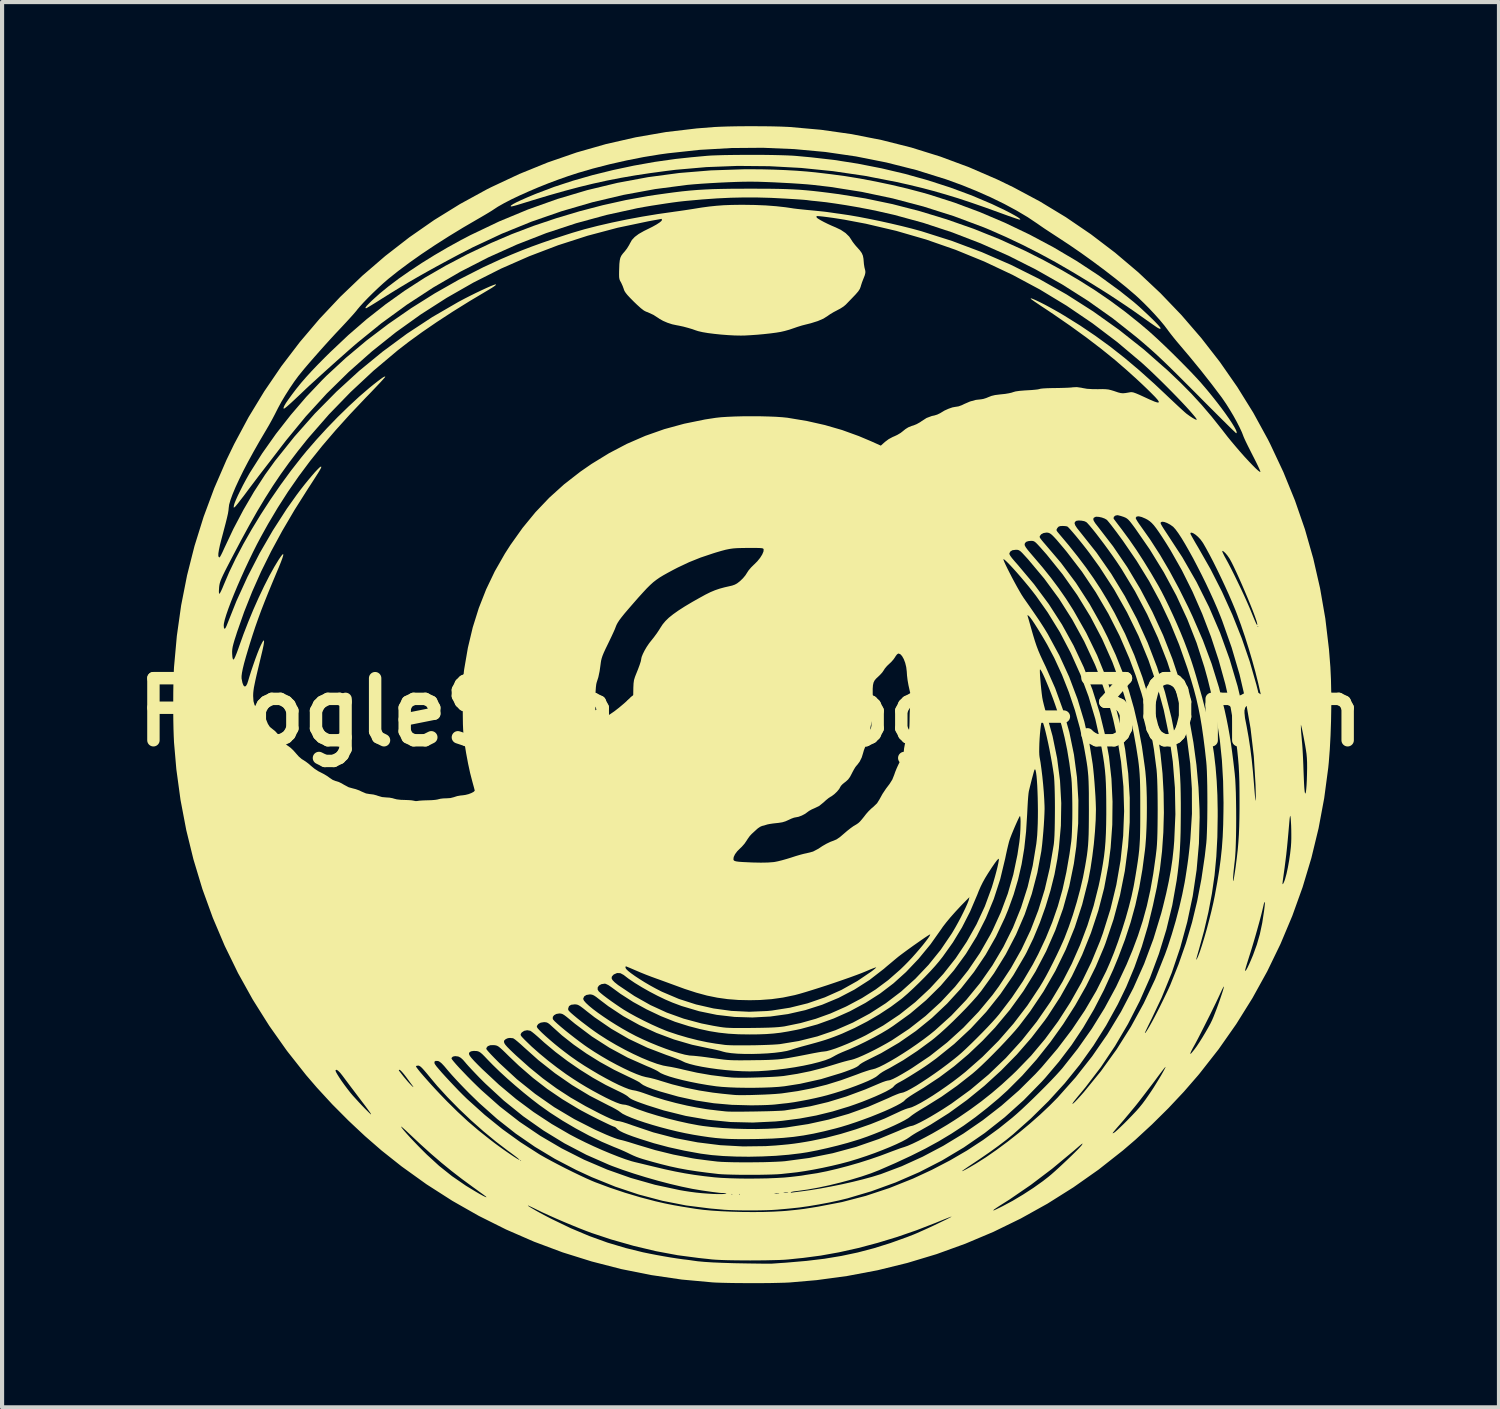
<source format=kicad_pcb>
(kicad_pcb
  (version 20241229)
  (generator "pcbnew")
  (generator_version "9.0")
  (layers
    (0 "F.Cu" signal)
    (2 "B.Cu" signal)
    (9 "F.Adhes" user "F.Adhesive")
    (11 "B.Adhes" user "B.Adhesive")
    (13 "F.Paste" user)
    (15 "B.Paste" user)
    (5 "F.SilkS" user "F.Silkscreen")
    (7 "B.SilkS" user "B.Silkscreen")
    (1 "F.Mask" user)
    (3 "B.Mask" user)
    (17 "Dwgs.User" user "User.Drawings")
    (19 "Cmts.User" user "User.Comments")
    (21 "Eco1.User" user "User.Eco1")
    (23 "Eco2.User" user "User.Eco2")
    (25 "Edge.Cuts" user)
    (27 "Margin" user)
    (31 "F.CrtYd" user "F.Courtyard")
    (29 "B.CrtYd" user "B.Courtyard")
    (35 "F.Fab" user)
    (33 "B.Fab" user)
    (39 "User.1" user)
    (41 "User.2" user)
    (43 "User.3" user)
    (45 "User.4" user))
  (footprint "FoogleShadedLogo-30mm"
    (layer "F.Cu")
    (at 15.086 14.159)
    (property "Reference" "FoogleShadedLogo-30mm" (at 0 0 0) (layer "F.SilkS") (effects (font (size 1.5 1.5) (thickness 0.3))))
    (attr board_only exclude_from_pos_files exclude_from_bom)
    (fp_poly (pts (xy 0.143 -13.467) (xy 0.349 -13.466) (xy 0.544 -13.463) (xy 0.723 -13.459) (xy 0.88 -13.454) (xy 1.007 -13.448) (xy 1.081 -13.443) (xy 1.191 -13.433) (xy 1.296 -13.423) (xy 1.385 -13.415) (xy 1.447 -13.409) (xy 1.451 -13.409) (xy 2.02 -13.344) (xy 2.594 -13.254) (xy 3.168 -13.141) (xy 3.735 -13.007) (xy 4.291 -12.851) (xy 4.829 -12.677) (xy 5.345 -12.486) (xy 5.832 -12.279) (xy 6.143 -12.131) (xy 6.281 -12.06) (xy 6.389 -12.001) (xy 6.466 -11.955) (xy 6.509 -11.923) (xy 6.519 -11.905) (xy 6.505 -11.902) (xy 6.479 -11.908) (xy 6.42 -11.927) (xy 6.335 -11.956) (xy 6.229 -11.993) (xy 6.108 -12.037) (xy 6.015 -12.071) (xy 5.655 -12.201) (xy 5.323 -12.316) (xy 5.012 -12.419) (xy 4.714 -12.51) (xy 4.421 -12.594) (xy 4.125 -12.672) (xy 3.818 -12.746) (xy 3.528 -12.811) (xy 2.764 -12.96) (xy 1.994 -13.073) (xy 1.223 -13.151) (xy 0.453 -13.193) (xy -0.312 -13.2) (xy -1.069 -13.171) (xy -1.813 -13.106) (xy -2.032 -13.079) (xy -2.418 -13.027) (xy -2.781 -12.972) (xy -3.129 -12.912) (xy -3.467 -12.846) (xy -3.803 -12.772) (xy -4.144 -12.689) (xy -4.497 -12.595) (xy -4.87 -12.489) (xy -5.269 -12.369) (xy -5.45 -12.313) (xy -5.554 -12.281) (xy -5.646 -12.253) (xy -5.719 -12.233) (xy -5.765 -12.222) (xy -5.776 -12.22) (xy -5.799 -12.227) (xy -5.785 -12.246) (xy -5.737 -12.278) (xy -5.656 -12.321) (xy -5.543 -12.374) (xy -5.401 -12.437) (xy -5.229 -12.509) (xy -5.164 -12.535) (xy -4.744 -12.694) (xy -4.292 -12.842) (xy -3.816 -12.978) (xy -3.322 -13.1) (xy -2.819 -13.207) (xy -2.314 -13.297) (xy -1.813 -13.368) (xy -1.431 -13.409) (xy -1.363 -13.415) (xy -1.269 -13.424) (xy -1.159 -13.434) (xy -1.051 -13.444) (xy -0.95 -13.451) (xy -0.816 -13.456) (xy -0.654 -13.461) (xy -0.471 -13.464) (xy -0.273 -13.466) (xy -0.066 -13.467)) (stroke (width 0) (type solid)) (fill yes) (layer "F.SilkS"))
    (fp_poly (pts (xy 0.273 -13.117) (xy 0.56 -13.11) (xy 0.841 -13.099) (xy 1.108 -13.084) (xy 1.353 -13.065) (xy 1.568 -13.044) (xy 1.593 -13.041) (xy 1.704 -13.028) (xy 1.829 -13.013) (xy 1.943 -12.999) (xy 1.952 -12.998) (xy 2.289 -12.953) (xy 2.653 -12.893) (xy 3.032 -12.821) (xy 3.415 -12.74) (xy 3.791 -12.651) (xy 4.151 -12.556) (xy 4.313 -12.51) (xy 4.927 -12.313) (xy 5.539 -12.085) (xy 6.145 -11.827) (xy 6.741 -11.542) (xy 7.321 -11.233) (xy 7.881 -10.902) (xy 8.415 -10.551) (xy 8.92 -10.183) (xy 9.247 -9.922) (xy 9.333 -9.849) (xy 9.426 -9.766) (xy 9.522 -9.677) (xy 9.617 -9.588) (xy 9.706 -9.502) (xy 9.784 -9.424) (xy 9.847 -9.358) (xy 9.889 -9.309) (xy 9.908 -9.282) (xy 9.908 -9.28) (xy 9.901 -9.263) (xy 9.876 -9.267) (xy 9.828 -9.293) (xy 9.797 -9.314) (xy 9.754 -9.344) (xy 9.685 -9.392) (xy 9.599 -9.452) (xy 9.504 -9.52) (xy 9.447 -9.56) (xy 9.245 -9.703) (xy 9.044 -9.84) (xy 8.84 -9.976) (xy 8.627 -10.115) (xy 8.398 -10.259) (xy 8.148 -10.414) (xy 7.871 -10.582) (xy 7.748 -10.655) (xy 7.367 -10.876) (xy 6.97 -11.091) (xy 6.566 -11.296) (xy 6.167 -11.485) (xy 5.783 -11.654) (xy 5.634 -11.716) (xy 4.912 -11.986) (xy 4.177 -12.219) (xy 3.434 -12.415) (xy 2.685 -12.573) (xy 1.932 -12.692) (xy 1.511 -12.741) (xy 1.364 -12.755) (xy 1.186 -12.768) (xy 0.989 -12.781) (xy 0.78 -12.792) (xy 0.571 -12.803) (xy 0.37 -12.811) (xy 0.186 -12.817) (xy 0.03 -12.819) (xy -0.01 -12.819) (xy -0.165 -12.818) (xy -0.349 -12.813) (xy -0.552 -12.805) (xy -0.766 -12.795) (xy -0.979 -12.783) (xy -1.183 -12.77) (xy -1.366 -12.756) (xy -1.521 -12.742) (xy -1.531 -12.741) (xy -2.304 -12.64) (xy -3.067 -12.5) (xy -3.821 -12.322) (xy -4.563 -12.106) (xy -5.293 -11.853) (xy -6.009 -11.562) (xy -6.71 -11.234) (xy -7.05 -11.059) (xy -7.337 -10.906) (xy -7.595 -10.766) (xy -7.83 -10.636) (xy -8.05 -10.511) (xy -8.261 -10.389) (xy -8.47 -10.264) (xy -8.683 -10.133) (xy -8.908 -9.992) (xy -8.985 -9.943) (xy -9.081 -9.883) (xy -9.166 -9.831) (xy -9.233 -9.791) (xy -9.276 -9.766) (xy -9.291 -9.76) (xy -9.306 -9.766) (xy -9.299 -9.786) (xy -9.27 -9.824) (xy -9.214 -9.882) (xy -9.152 -9.943) (xy -8.967 -10.111) (xy -8.749 -10.289) (xy -8.502 -10.475) (xy -8.231 -10.664) (xy -7.941 -10.856) (xy -7.636 -11.045) (xy -7.32 -11.23) (xy -6.999 -11.407) (xy -6.765 -11.529) (xy -6.075 -11.858) (xy -5.376 -12.148) (xy -4.668 -12.4) (xy -3.949 -12.614) (xy -3.219 -12.79) (xy -2.478 -12.928) (xy -1.723 -13.029) (xy -0.955 -13.092) (xy -0.173 -13.118) (xy -0.01 -13.119)) (stroke (width 0) (type solid)) (fill yes) (layer "F.SilkS"))
    (fp_poly (pts (xy 0.235 -12.649) (xy 0.466 -12.648) (xy 0.67 -12.645) (xy 0.853 -12.64) (xy 1.022 -12.633) (xy 1.184 -12.624) (xy 1.344 -12.611) (xy 1.509 -12.595) (xy 1.685 -12.575) (xy 1.88 -12.551) (xy 2.098 -12.522) (xy 2.132 -12.518) (xy 2.775 -12.414) (xy 3.429 -12.277) (xy 4.088 -12.107) (xy 4.744 -11.907) (xy 5.391 -11.68) (xy 6.024 -11.426) (xy 6.635 -11.148) (xy 7.086 -10.92) (xy 7.529 -10.678) (xy 7.939 -10.437) (xy 8.323 -10.195) (xy 8.688 -9.945) (xy 9.041 -9.684) (xy 9.389 -9.406) (xy 9.607 -9.222) (xy 9.726 -9.116) (xy 9.865 -8.988) (xy 10.018 -8.843) (xy 10.178 -8.688) (xy 10.339 -8.528) (xy 10.496 -8.37) (xy 10.642 -8.22) (xy 10.771 -8.083) (xy 10.879 -7.965) (xy 10.9 -7.94) (xy 11.026 -7.793) (xy 11.148 -7.644) (xy 11.265 -7.496) (xy 11.374 -7.354) (xy 11.473 -7.219) (xy 11.561 -7.094) (xy 11.634 -6.984) (xy 11.691 -6.89) (xy 11.73 -6.817) (xy 11.748 -6.767) (xy 11.743 -6.743) (xy 11.734 -6.741) (xy 11.718 -6.755) (xy 11.676 -6.796) (xy 11.61 -6.859) (xy 11.524 -6.944) (xy 11.419 -7.048) (xy 11.298 -7.168) (xy 11.164 -7.302) (xy 11.018 -7.448) (xy 10.864 -7.603) (xy 10.829 -7.639) (xy 10.628 -7.84) (xy 10.452 -8.016) (xy 10.298 -8.17) (xy 10.162 -8.304) (xy 10.041 -8.422) (xy 9.932 -8.526) (xy 9.831 -8.621) (xy 9.735 -8.709) (xy 9.641 -8.792) (xy 9.546 -8.875) (xy 9.446 -8.961) (xy 9.339 -9.051) (xy 9.32 -9.067) (xy 8.753 -9.516) (xy 8.157 -9.938) (xy 7.537 -10.332) (xy 6.895 -10.696) (xy 6.235 -11.029) (xy 5.559 -11.329) (xy 4.872 -11.594) (xy 4.175 -11.824) (xy 3.473 -12.016) (xy 3.072 -12.107) (xy 2.817 -12.159) (xy 2.557 -12.208) (xy 2.3 -12.252) (xy 2.054 -12.29) (xy 1.828 -12.322) (xy 1.629 -12.344) (xy 1.561 -12.351) (xy 1.486 -12.358) (xy 1.421 -12.366) (xy 1.385 -12.371) (xy 1.353 -12.375) (xy 1.287 -12.381) (xy 1.193 -12.388) (xy 1.077 -12.396) (xy 0.946 -12.404) (xy 0.845 -12.41) (xy 0.496 -12.428) (xy 0.165 -12.437) (xy -0.157 -12.438) (xy -0.479 -12.431) (xy -0.811 -12.415) (xy -1.162 -12.39) (xy -1.541 -12.356) (xy -1.621 -12.348) (xy -1.737 -12.335) (xy -1.881 -12.316) (xy -2.046 -12.292) (xy -2.221 -12.265) (xy -2.396 -12.238) (xy -2.561 -12.21) (xy -2.708 -12.183) (xy -2.732 -12.179) (xy -3.48 -12.015) (xy -4.216 -11.814) (xy -4.938 -11.576) (xy -5.646 -11.3) (xy -6.338 -10.989) (xy -7.014 -10.642) (xy -7.671 -10.26) (xy -8.308 -9.844) (xy -8.925 -9.394) (xy -9.499 -8.928) (xy -9.598 -8.843) (xy -9.716 -8.74) (xy -9.85 -8.621) (xy -9.994 -8.494) (xy -10.142 -8.361) (xy -10.289 -8.229) (xy -10.429 -8.102) (xy -10.557 -7.985) (xy -10.668 -7.884) (xy -10.755 -7.802) (xy -10.778 -7.78) (xy -10.92 -7.645) (xy -11.035 -7.537) (xy -11.126 -7.453) (xy -11.194 -7.393) (xy -11.242 -7.354) (xy -11.271 -7.335) (xy -11.284 -7.335) (xy -11.284 -7.336) (xy -11.283 -7.363) (xy -11.264 -7.407) (xy -11.227 -7.47) (xy -11.167 -7.557) (xy -11.084 -7.671) (xy -11.077 -7.681) (xy -10.97 -7.821) (xy -10.859 -7.958) (xy -10.739 -8.096) (xy -10.607 -8.241) (xy -10.457 -8.398) (xy -10.284 -8.573) (xy -10.155 -8.7) (xy -9.718 -9.113) (xy -9.276 -9.496) (xy -8.825 -9.851) (xy -8.36 -10.183) (xy -7.877 -10.495) (xy -7.368 -10.789) (xy -6.831 -11.071) (xy -6.263 -11.34) (xy -5.767 -11.552) (xy -5.241 -11.752) (xy -4.694 -11.936) (xy -4.135 -12.103) (xy -3.573 -12.25) (xy -3.017 -12.374) (xy -2.476 -12.472) (xy -2.306 -12.498) (xy -2.066 -12.532) (xy -1.851 -12.561) (xy -1.654 -12.585) (xy -1.467 -12.604) (xy -1.285 -12.619) (xy -1.101 -12.63) (xy -0.907 -12.639) (xy -0.698 -12.644) (xy -0.466 -12.648) (xy -0.204 -12.649) (xy -0.03 -12.65)) (stroke (width 0) (type solid)) (fill yes) (layer "F.SilkS"))
    (fp_poly (pts (xy 0.331 -14.158) (xy 0.542 -14.155) (xy 0.734 -14.15) (xy 0.897 -14.143) (xy 0.951 -14.14) (xy 1.703 -14.073) (xy 2.442 -13.968) (xy 3.168 -13.825) (xy 3.882 -13.645) (xy 4.585 -13.426) (xy 5.277 -13.169) (xy 5.96 -12.873) (xy 6.345 -12.687) (xy 6.992 -12.341) (xy 7.619 -11.961) (xy 8.225 -11.548) (xy 8.809 -11.103) (xy 9.369 -10.629) (xy 9.904 -10.126) (xy 10.412 -9.596) (xy 10.892 -9.04) (xy 11.342 -8.461) (xy 11.761 -7.859) (xy 12.148 -7.236) (xy 12.5 -6.593) (xy 12.557 -6.48) (xy 12.875 -5.803) (xy 13.155 -5.116) (xy 13.396 -4.42) (xy 13.598 -3.712) (xy 13.762 -2.994) (xy 13.889 -2.263) (xy 13.977 -1.519) (xy 14.011 -1.09) (xy 14.025 -0.796) (xy 14.032 -0.473) (xy 14.033 -0.132) (xy 14.027 0.217) (xy 14.015 0.564) (xy 13.997 0.897) (xy 13.973 1.208) (xy 13.96 1.34) (xy 13.862 2.077) (xy 13.726 2.805) (xy 13.552 3.523) (xy 13.34 4.229) (xy 13.091 4.922) (xy 12.806 5.6) (xy 12.485 6.263) (xy 12.128 6.909) (xy 11.737 7.536) (xy 11.311 8.144) (xy 10.852 8.73) (xy 10.819 8.77) (xy 10.471 9.171) (xy 10.095 9.571) (xy 9.7 9.962) (xy 9.299 10.332) (xy 8.997 10.591) (xy 8.409 11.054) (xy 7.801 11.482) (xy 7.175 11.876) (xy 6.53 12.235) (xy 5.868 12.558) (xy 5.19 12.844) (xy 4.497 13.095) (xy 3.791 13.308) (xy 3.071 13.485) (xy 2.34 13.623) (xy 1.598 13.724) (xy 0.951 13.78) (xy 0.829 13.786) (xy 0.675 13.79) (xy 0.496 13.794) (xy 0.299 13.796) (xy 0.092 13.797) (xy -0.118 13.796) (xy -0.323 13.795) (xy -0.516 13.792) (xy -0.69 13.788) (xy -0.836 13.783) (xy -0.921 13.778) (xy -1.663 13.71) (xy -2.397 13.602) (xy -3.123 13.457) (xy -3.838 13.273) (xy -4.541 13.053) (xy -5.231 12.795) (xy -5.906 12.501) (xy -6.565 12.172) (xy -7.009 11.92) (xy -5.379 11.92) (xy -5.376 11.929) (xy -5.341 11.953) (xy -5.28 11.99) (xy -5.197 12.038) (xy -5.097 12.094) (xy -4.985 12.154) (xy -4.864 12.217) (xy -4.804 12.248) (xy -4.345 12.469) (xy -3.899 12.657) (xy -3.457 12.817) (xy -3.011 12.95) (xy -2.6 13.051) (xy -2.449 13.082) (xy -2.28 13.115) (xy -2.103 13.147) (xy -1.928 13.177) (xy -1.765 13.202) (xy -1.625 13.222) (xy -1.561 13.229) (xy -1.489 13.238) (xy -1.426 13.247) (xy -1.401 13.251) (xy -1.278 13.268) (xy -1.116 13.283) (xy -0.914 13.296) (xy -0.674 13.306) (xy -0.395 13.315) (xy -0.23 13.318) (xy -0.066 13.321) (xy 0.087 13.323) (xy 0.224 13.325) (xy 0.341 13.326) (xy 0.431 13.326) (xy 0.49 13.326) (xy 0.51 13.326) (xy 0.551 13.323) (xy 0.623 13.318) (xy 0.717 13.311) (xy 0.827 13.304) (xy 0.891 13.299) (xy 1.353 13.259) (xy 1.786 13.207) (xy 2.196 13.139) (xy 2.593 13.055) (xy 2.984 12.952) (xy 3.377 12.829) (xy 3.781 12.684) (xy 3.943 12.621) (xy 4.012 12.592) (xy 4.1 12.553) (xy 4.203 12.507) (xy 4.315 12.456) (xy 4.429 12.403) (xy 4.54 12.35) (xy 4.643 12.3) (xy 4.732 12.257) (xy 4.802 12.221) (xy 4.845 12.198) (xy 4.858 12.188) (xy 4.839 12.193) (xy 4.788 12.212) (xy 4.711 12.242) (xy 4.614 12.281) (xy 4.502 12.327) (xy 4.463 12.343) (xy 4.01 12.519) (xy 3.544 12.68) (xy 3.073 12.823) (xy 2.603 12.948) (xy 2.141 13.051) (xy 1.695 13.131) (xy 1.271 13.187) (xy 1.251 13.189) (xy 1.189 13.195) (xy 1.101 13.204) (xy 0.999 13.215) (xy 0.921 13.223) (xy 0.826 13.231) (xy 0.699 13.237) (xy 0.545 13.241) (xy 0.372 13.245) (xy 0.186 13.247) (xy -0.006 13.248) (xy -0.199 13.247) (xy -0.385 13.245) (xy -0.557 13.242) (xy -0.709 13.237) (xy -0.835 13.231) (xy -0.928 13.224) (xy -0.931 13.224) (xy -1.033 13.212) (xy -1.131 13.202) (xy -1.213 13.193) (xy -1.251 13.189) (xy -1.76 13.122) (xy -2.286 13.024) (xy -2.824 12.896) (xy -3.368 12.741) (xy -3.833 12.587) (xy -3.97 12.536) (xy -4.134 12.472) (xy -4.315 12.398) (xy -4.505 12.319) (xy -4.693 12.238) (xy -4.87 12.159) (xy -5.027 12.087) (xy -5.142 12.031) (xy -5.228 11.989) (xy -5.301 11.954) (xy -5.353 11.93) (xy -5.378 11.92) (xy -5.379 11.92) (xy -7.009 11.92) (xy -7.207 11.807) (xy -7.83 11.408) (xy -8.433 10.975) (xy -8.917 10.591) (xy -9.317 10.243) (xy -9.562 10.014) (xy -8.445 10.014) (xy -8.424 10.048) (xy -8.378 10.106) (xy -8.31 10.184) (xy -8.225 10.278) (xy -8.125 10.384) (xy -8.015 10.498) (xy -7.898 10.616) (xy -7.823 10.69) (xy -7.525 10.963) (xy -7.214 11.211) (xy -6.88 11.441) (xy -6.655 11.578) (xy -6.544 11.643) (xy -6.461 11.688) (xy -6.406 11.715) (xy -6.382 11.722) (xy -6.39 11.708) (xy -6.396 11.703) (xy -6.418 11.686) (xy -6.466 11.65) (xy -6.537 11.599) (xy -6.623 11.536) (xy -6.715 11.47) (xy -6.978 11.277) (xy -7.228 11.084) (xy -7.473 10.884) (xy -7.536 10.83) (xy -5.564 10.83) (xy -5.554 10.84) (xy -5.544 10.83) (xy -5.554 10.82) (xy -5.564 10.83) (xy -7.536 10.83) (xy -7.72 10.672) (xy -7.976 10.441) (xy -8.248 10.185) (xy -8.264 10.17) (xy -8.333 10.105) (xy -8.389 10.055) (xy -8.428 10.022) (xy -8.445 10.012) (xy -8.445 10.014) (xy -9.562 10.014) (xy -9.718 9.867) (xy -10.109 9.474) (xy -10.479 9.072) (xy -10.739 8.77) (xy -10.822 8.665) (xy -10.028 8.665) (xy -10.016 8.697) (xy -9.984 8.754) (xy -9.937 8.829) (xy -9.878 8.917) (xy -9.811 9.01) (xy -9.742 9.102) (xy -9.675 9.188) (xy -9.657 9.21) (xy -9.606 9.27) (xy -9.541 9.341) (xy -9.469 9.42) (xy -9.395 9.499) (xy -9.323 9.574) (xy -9.259 9.638) (xy -9.209 9.687) (xy -9.178 9.716) (xy -9.17 9.72) (xy -9.174 9.706) (xy -9.192 9.675) (xy -9.213 9.646) (xy -9.253 9.591) (xy -9.31 9.514) (xy -9.38 9.422) (xy -9.458 9.319) (xy -9.49 9.277) (xy -9.575 9.164) (xy -9.66 9.052) (xy -9.737 8.949) (xy -9.802 8.862) (xy -9.85 8.798) (xy -9.858 8.787) (xy -9.917 8.713) (xy -9.967 8.663) (xy -9.991 8.648) (xy -8.5 8.648) (xy -8.493 8.665) (xy -8.378 8.813) (xy -8.281 8.928) (xy -8.238 8.975) (xy -8.191 9.024) (xy -8.158 9.053) (xy -8.145 9.061) (xy -8.155 9.043) (xy -8.161 9.035) (xy -8.18 9.009) (xy -8.217 8.959) (xy -8.266 8.892) (xy -8.315 8.825) (xy -8.372 8.751) (xy -8.422 8.692) (xy -8.461 8.653) (xy -8.481 8.64) (xy -8.5 8.648) (xy -9.991 8.648) (xy -10.004 8.641) (xy -10.025 8.648) (xy -10.028 8.665) (xy -10.822 8.665) (xy -10.909 8.555) (xy -8.086 8.555) (xy -8.073 8.581) (xy -8.035 8.632) (xy -7.977 8.704) (xy -7.901 8.792) (xy -7.811 8.894) (xy -7.712 9.005) (xy -7.605 9.121) (xy -7.495 9.238) (xy -7.385 9.352) (xy -7.329 9.41) (xy -7.073 9.662) (xy -6.826 9.891) (xy -6.573 10.107) (xy -6.304 10.321) (xy -6.175 10.42) (xy -6.077 10.492) (xy -5.98 10.562) (xy -5.886 10.628) (xy -5.798 10.688) (xy -5.721 10.739) (xy -5.658 10.779) (xy -5.613 10.806) (xy -5.588 10.818) (xy -5.587 10.812) (xy -5.614 10.786) (xy -5.634 10.769) (xy -5.676 10.736) (xy -5.741 10.687) (xy -5.817 10.63) (xy -5.865 10.596) (xy -6.157 10.373) (xy -6.456 10.126) (xy -6.755 9.861) (xy -7.045 9.586) (xy -7.319 9.307) (xy -7.57 9.033) (xy -7.736 8.835) (xy -7.822 8.73) (xy -7.888 8.653) (xy -7.937 8.599) (xy -7.974 8.565) (xy -8.002 8.547) (xy -8.025 8.54) (xy -8.031 8.54) (xy -8.071 8.545) (xy -8.086 8.555) (xy -10.909 8.555) (xy -10.994 8.447) (xy -7.639 8.447) (xy -7.636 8.487) (xy -7.625 8.508) (xy -7.592 8.555) (xy -7.534 8.624) (xy -7.458 8.712) (xy -7.367 8.812) (xy -7.267 8.92) (xy -7.162 9.031) (xy -7.058 9.14) (xy -6.957 9.242) (xy -6.867 9.33) (xy -6.845 9.351) (xy -6.424 9.73) (xy -5.999 10.074) (xy -5.563 10.388) (xy -5.111 10.678) (xy -5.073 10.701) (xy -4.953 10.769) (xy -4.807 10.848) (xy -4.644 10.934) (xy -4.471 11.023) (xy -4.295 11.11) (xy -4.125 11.192) (xy -3.969 11.265) (xy -3.833 11.325) (xy -3.753 11.358) (xy -3.402 11.489) (xy -3.034 11.612) (xy -2.662 11.723) (xy -2.3 11.818) (xy -2.082 11.868) (xy -2 11.885) (xy -1.924 11.9) (xy -1.847 11.915) (xy -1.76 11.93) (xy -1.658 11.948) (xy -1.533 11.968) (xy -1.377 11.993) (xy -1.321 12.002) (xy -1.145 12.025) (xy -0.938 12.044) (xy -0.705 12.059) (xy -0.456 12.07) (xy -0.199 12.077) (xy 0.06 12.079) (xy 0.313 12.077) (xy 0.551 12.069) (xy 0.768 12.057) (xy 0.861 12.05) (xy 0.982 12.038) (xy 0.983 12.038) (xy 5.867 12.038) (xy 5.875 12.04) (xy 5.896 12.032) (xy 5.945 12.009) (xy 6.015 11.975) (xy 6.089 11.938) (xy 6.332 11.808) (xy 6.585 11.657) (xy 6.833 11.496) (xy 7.065 11.331) (xy 7.196 11.229) (xy 7.266 11.171) (xy 7.351 11.096) (xy 7.446 11.01) (xy 7.547 10.916) (xy 7.649 10.82) (xy 7.747 10.726) (xy 7.836 10.639) (xy 7.912 10.563) (xy 7.969 10.502) (xy 8.004 10.462) (xy 8.01 10.452) (xy 8.019 10.434) (xy 8.022 10.425) (xy 8.013 10.427) (xy 7.988 10.446) (xy 7.945 10.482) (xy 7.879 10.539) (xy 7.806 10.602) (xy 7.287 11.033) (xy 6.771 11.424) (xy 6.257 11.776) (xy 6.126 11.859) (xy 6.02 11.926) (xy 5.945 11.975) (xy 5.897 12.008) (xy 5.872 12.028) (xy 5.867 12.038) (xy 0.983 12.038) (xy 1.1 12.026) (xy 1.203 12.014) (xy 1.282 12.004) (xy 1.311 12) (xy 1.386 11.988) (xy 1.483 11.973) (xy 1.587 11.956) (xy 1.631 11.949) (xy 2.208 11.838) (xy 2.784 11.688) (xy 3.357 11.498) (xy 3.927 11.27) (xy 4.31 11.092) (xy 5.113 11.092) (xy 5.142 11.08) (xy 5.199 11.051) (xy 5.282 11.005) (xy 5.386 10.944) (xy 5.45 10.906) (xy 5.69 10.754) (xy 5.946 10.576) (xy 6.212 10.379) (xy 6.472 10.174) (xy 8.748 10.174) (xy 8.757 10.175) (xy 8.787 10.16) (xy 8.816 10.138) (xy 8.868 10.092) (xy 8.937 10.027) (xy 9.018 9.949) (xy 9.105 9.862) (xy 9.222 9.741) (xy 9.318 9.64) (xy 9.398 9.549) (xy 9.47 9.46) (xy 9.541 9.364) (xy 9.618 9.254) (xy 9.682 9.16) (xy 9.743 9.067) (xy 9.805 8.967) (xy 9.867 8.866) (xy 9.924 8.771) (xy 9.971 8.687) (xy 10.007 8.621) (xy 10.026 8.58) (xy 10.028 8.571) (xy 10.017 8.58) (xy 9.986 8.617) (xy 9.94 8.677) (xy 9.882 8.753) (xy 9.838 8.812) (xy 9.772 8.902) (xy 9.696 9.003) (xy 9.614 9.11) (xy 9.532 9.218) (xy 9.453 9.321) (xy 9.382 9.413) (xy 9.322 9.489) (xy 9.278 9.543) (xy 9.257 9.568) (xy 9.235 9.594) (xy 9.196 9.641) (xy 9.149 9.699) (xy 9.148 9.7) (xy 9.092 9.766) (xy 9.023 9.849) (xy 8.951 9.932) (xy 8.927 9.96) (xy 8.867 10.028) (xy 8.815 10.089) (xy 8.778 10.134) (xy 8.766 10.148) (xy 8.748 10.174) (xy 6.472 10.174) (xy 6.481 10.167) (xy 6.745 9.947) (xy 6.997 9.725) (xy 7.229 9.506) (xy 7.268 9.467) (xy 7.778 9.467) (xy 7.796 9.456) (xy 7.836 9.42) (xy 7.893 9.361) (xy 7.966 9.281) (xy 8.052 9.184) (xy 8.057 9.178) (xy 8.467 8.674) (xy 8.777 8.243) (xy 10.628 8.243) (xy 10.63 8.256) (xy 10.636 8.256) (xy 10.653 8.238) (xy 10.686 8.199) (xy 10.733 8.14) (xy 10.784 8.07) (xy 10.847 7.975) (xy 10.917 7.863) (xy 10.988 7.744) (xy 11.055 7.628) (xy 11.112 7.525) (xy 11.152 7.443) (xy 11.152 7.443) (xy 11.186 7.364) (xy 11.223 7.27) (xy 11.263 7.166) (xy 11.303 7.057) (xy 11.341 6.95) (xy 11.375 6.849) (xy 11.404 6.761) (xy 11.425 6.691) (xy 11.437 6.645) (xy 11.436 6.628) (xy 11.433 6.631) (xy 11.418 6.657) (xy 11.391 6.71) (xy 11.358 6.781) (xy 11.34 6.82) (xy 11.297 6.912) (xy 11.241 7.03) (xy 11.175 7.165) (xy 11.103 7.312) (xy 11.027 7.463) (xy 10.952 7.612) (xy 10.881 7.752) (xy 10.817 7.877) (xy 10.763 7.979) (xy 10.723 8.053) (xy 10.722 8.054) (xy 10.681 8.128) (xy 10.649 8.191) (xy 10.631 8.233) (xy 10.628 8.243) (xy 8.777 8.243) (xy 8.846 8.148) (xy 9.191 7.601) (xy 9.501 7.035) (xy 9.777 6.452) (xy 10.015 5.854) (xy 10.081 5.67) (xy 10.181 5.361) (xy 10.275 5.041) (xy 10.359 4.72) (xy 10.431 4.409) (xy 10.489 4.118) (xy 10.509 4) (xy 10.536 3.825) (xy 10.558 3.677) (xy 10.576 3.546) (xy 10.591 3.42) (xy 10.606 3.287) (xy 10.621 3.136) (xy 10.628 3.061) (xy 10.666 2.454) (xy 10.664 1.847) (xy 10.624 1.238) (xy 10.544 0.627) (xy 10.425 0.013) (xy 10.266 -0.607) (xy 10.257 -0.64) (xy 10.069 -1.221) (xy 9.843 -1.799) (xy 9.583 -2.367) (xy 9.291 -2.92) (xy 8.969 -3.453) (xy 8.922 -3.525) (xy 8.837 -3.652) (xy 8.743 -3.787) (xy 8.643 -3.926) (xy 8.542 -4.064) (xy 8.442 -4.196) (xy 8.349 -4.318) (xy 8.264 -4.424) (xy 8.193 -4.509) (xy 8.138 -4.57) (xy 8.113 -4.593) (xy 8.066 -4.615) (xy 7.998 -4.628) (xy 7.928 -4.632) (xy 7.874 -4.624) (xy 7.867 -4.62) (xy 7.837 -4.595) (xy 7.83 -4.561) (xy 7.847 -4.513) (xy 7.89 -4.447) (xy 7.961 -4.358) (xy 7.973 -4.343) (xy 8.359 -3.857) (xy 8.716 -3.344) (xy 9.042 -2.808) (xy 9.336 -2.252) (xy 9.597 -1.677) (xy 9.824 -1.086) (xy 10.015 -0.483) (xy 10.171 0.132) (xy 10.266 0.62) (xy 10.3 0.828) (xy 10.328 1.018) (xy 10.351 1.197) (xy 10.368 1.373) (xy 10.38 1.554) (xy 10.389 1.747) (xy 10.394 1.96) (xy 10.397 2.2) (xy 10.397 2.38) (xy 10.395 2.656) (xy 10.392 2.899) (xy 10.385 3.116) (xy 10.375 3.316) (xy 10.362 3.505) (xy 10.344 3.69) (xy 10.322 3.879) (xy 10.296 4.07) (xy 10.191 4.663) (xy 10.048 5.253) (xy 9.868 5.839) (xy 9.653 6.416) (xy 9.403 6.982) (xy 9.121 7.533) (xy 8.808 8.065) (xy 8.466 8.576) (xy 8.095 9.062) (xy 7.981 9.2) (xy 7.914 9.28) (xy 7.855 9.353) (xy 7.81 9.41) (xy 7.785 9.446) (xy 7.782 9.45) (xy 7.778 9.467) (xy 7.268 9.467) (xy 7.421 9.312) (xy 7.855 8.824) (xy 8.255 8.315) (xy 8.621 7.786) (xy 8.953 7.237) (xy 9.249 6.669) (xy 9.51 6.083) (xy 9.735 5.48) (xy 9.924 4.86) (xy 9.967 4.694) (xy 10.044 4.378) (xy 10.106 4.089) (xy 10.156 3.818) (xy 10.195 3.553) (xy 10.224 3.286) (xy 10.238 3.11) (xy 10.266 2.466) (xy 10.254 1.826) (xy 10.203 1.192) (xy 10.113 0.566) (xy 9.985 -0.053) (xy 9.819 -0.661) (xy 9.615 -1.258) (xy 9.375 -1.843) (xy 9.097 -2.413) (xy 8.783 -2.969) (xy 8.433 -3.508) (xy 8.186 -3.85) (xy 8.109 -3.951) (xy 8.026 -4.056) (xy 7.942 -4.16) (xy 7.861 -4.259) (xy 7.787 -4.346) (xy 7.725 -4.417) (xy 7.68 -4.465) (xy 7.658 -4.485) (xy 7.626 -4.494) (xy 7.57 -4.499) (xy 7.541 -4.5) (xy 7.479 -4.496) (xy 7.441 -4.481) (xy 7.413 -4.449) (xy 7.395 -4.416) (xy 7.395 -4.39) (xy 7.417 -4.356) (xy 7.438 -4.331) (xy 7.686 -4.036) (xy 7.907 -3.759) (xy 8.107 -3.494) (xy 8.29 -3.234) (xy 8.461 -2.973) (xy 8.624 -2.703) (xy 8.785 -2.418) (xy 8.8 -2.39) (xy 9.049 -1.896) (xy 9.273 -1.379) (xy 9.469 -0.846) (xy 9.637 -0.304) (xy 9.772 0.239) (xy 9.873 0.778) (xy 9.907 1.02) (xy 9.955 1.481) (xy 9.981 1.954) (xy 9.988 2.43) (xy 9.975 2.902) (xy 9.943 3.362) (xy 9.891 3.804) (xy 9.82 4.221) (xy 9.797 4.33) (xy 9.778 4.416) (xy 9.755 4.522) (xy 9.732 4.63) (xy 9.726 4.66) (xy 9.604 5.162) (xy 9.454 5.666) (xy 9.277 6.162) (xy 9.078 6.639) (xy 8.874 7.06) (xy 8.592 7.571) (xy 8.286 8.056) (xy 7.954 8.52) (xy 7.594 8.965) (xy 7.202 9.396) (xy 6.776 9.816) (xy 6.345 10.2) (xy 6.183 10.332) (xy 5.991 10.478) (xy 5.775 10.634) (xy 5.541 10.795) (xy 5.444 10.86) (xy 5.345 10.926) (xy 5.256 10.985) (xy 5.185 11.034) (xy 5.135 11.069) (xy 5.114 11.085) (xy 5.113 11.092) (xy 4.31 11.092) (xy 4.383 11.058) (xy 4.821 10.83) (xy 5.23 10.592) (xy 5.62 10.337) (xy 6.001 10.059) (xy 6.325 9.799) (xy 6.428 9.71) (xy 6.55 9.6) (xy 6.686 9.472) (xy 6.83 9.334) (xy 6.976 9.19) (xy 7.12 9.046) (xy 7.255 8.908) (xy 7.375 8.781) (xy 7.475 8.671) (xy 7.534 8.604) (xy 7.909 8.129) (xy 8.248 7.647) (xy 8.555 7.151) (xy 8.833 6.637) (xy 9.086 6.098) (xy 9.227 5.76) (xy 9.361 5.402) (xy 9.476 5.046) (xy 9.576 4.682) (xy 9.66 4.304) (xy 9.731 3.906) (xy 9.791 3.478) (xy 9.812 3.3) (xy 9.82 3.202) (xy 9.827 3.071) (xy 9.832 2.913) (xy 9.835 2.736) (xy 9.837 2.544) (xy 9.838 2.347) (xy 9.837 2.149) (xy 9.835 1.957) (xy 9.831 1.779) (xy 9.826 1.621) (xy 9.819 1.489) (xy 9.811 1.39) (xy 9.811 1.39) (xy 9.747 0.897) (xy 9.667 0.433) (xy 9.568 -0.013) (xy 9.449 -0.45) (xy 9.307 -0.887) (xy 9.153 -1.3) (xy 8.918 -1.844) (xy 8.647 -2.378) (xy 8.342 -2.898) (xy 8.007 -3.397) (xy 7.644 -3.87) (xy 7.57 -3.96) (xy 7.47 -4.078) (xy 7.392 -4.17) (xy 7.33 -4.237) (xy 7.283 -4.284) (xy 7.244 -4.314) (xy 7.211 -4.331) (xy 7.18 -4.338) (xy 7.149 -4.34) (xy 7.078 -4.328) (xy 7.021 -4.297) (xy 6.989 -4.253) (xy 6.986 -4.232) (xy 6.998 -4.206) (xy 7.033 -4.159) (xy 7.082 -4.1) (xy 7.111 -4.067) (xy 7.501 -3.609) (xy 7.863 -3.124) (xy 8.194 -2.612) (xy 8.495 -2.076) (xy 8.628 -1.81) (xy 8.824 -1.382) (xy 8.993 -0.958) (xy 9.14 -0.532) (xy 9.264 -0.097) (xy 9.369 0.354) (xy 9.457 0.828) (xy 9.528 1.331) (xy 9.54 1.43) (xy 9.556 1.611) (xy 9.568 1.822) (xy 9.575 2.055) (xy 9.577 2.301) (xy 9.575 2.551) (xy 9.568 2.796) (xy 9.557 3.028) (xy 9.541 3.236) (xy 9.531 3.33) (xy 9.469 3.8) (xy 9.392 4.242) (xy 9.298 4.665) (xy 9.184 5.08) (xy 9.048 5.496) (xy 8.887 5.922) (xy 8.768 6.21) (xy 8.54 6.712) (xy 8.298 7.181) (xy 8.038 7.623) (xy 7.758 8.043) (xy 7.452 8.446) (xy 7.118 8.84) (xy 7.036 8.93) (xy 6.601 9.375) (xy 6.142 9.788) (xy 5.659 10.169) (xy 5.153 10.518) (xy 4.626 10.833) (xy 4.077 11.115) (xy 3.507 11.363) (xy 2.918 11.577) (xy 2.342 11.748) (xy 2.132 11.799) (xy 1.898 11.849) (xy 1.652 11.895) (xy 1.408 11.936) (xy 1.177 11.969) (xy 0.99 11.989) (xy 0.918 11.996) (xy 0.822 12.005) (xy 0.715 12.014) (xy 0.651 12.02) (xy 0.531 12.028) (xy 0.381 12.034) (xy 0.21 12.038) (xy 0.028 12.039) (xy -0.157 12.039) (xy -0.334 12.036) (xy -0.493 12.031) (xy -0.626 12.024) (xy -0.671 12.02) (xy -0.773 12.011) (xy -0.871 12.002) (xy -0.953 11.995) (xy -0.991 11.991) (xy -1.559 11.919) (xy -2.128 11.807) (xy -2.698 11.656) (xy -2.717 11.65) (xy -0.46 11.65) (xy -0.45 11.66) (xy -0.44 11.65) (xy -0.28 11.65) (xy -0.27 11.66) (xy -0.26 11.65) (xy -0.27 11.64) (xy -0.28 11.65) (xy -0.44 11.65) (xy -0.45 11.64) (xy -0.46 11.65) (xy -2.717 11.65) (xy -3.268 11.466) (xy -3.836 11.236) (xy -4.213 11.062) (xy -4.725 10.795) (xy -5.21 10.503) (xy -5.674 10.183) (xy -6.121 9.831) (xy -6.555 9.445) (xy -6.796 9.211) (xy -6.906 9.099) (xy -7.018 8.983) (xy -7.124 8.87) (xy -7.218 8.767) (xy -7.293 8.681) (xy -7.323 8.646) (xy -7.401 8.553) (xy -7.461 8.489) (xy -7.508 8.45) (xy -7.544 8.431) (xy -7.55 8.429) (xy -7.609 8.426) (xy -7.639 8.447) (xy -10.994 8.447) (xy -11.057 8.367) (xy -7.226 8.367) (xy -7.212 8.393) (xy -7.173 8.442) (xy -7.113 8.512) (xy -7.035 8.598) (xy -6.942 8.695) (xy -6.84 8.802) (xy -6.731 8.912) (xy -6.618 9.023) (xy -6.509 9.128) (xy -6.058 9.528) (xy -5.582 9.898) (xy -5.082 10.236) (xy -4.562 10.541) (xy -4.023 10.814) (xy -3.466 11.052) (xy -2.895 11.254) (xy -2.31 11.42) (xy -1.715 11.548) (xy -1.601 11.568) (xy -1.464 11.589) (xy -1.319 11.608) (xy -1.172 11.623) (xy -1.029 11.634) (xy -0.895 11.642) (xy -0.778 11.645) (xy -0.683 11.644) (xy -0.615 11.638) (xy -0.592 11.63) (xy 0.572 11.63) (xy 0.593 11.633) (xy 0.63 11.634) (xy 0.678 11.633) (xy 0.695 11.629) (xy 0.686 11.626) (xy 0.631 11.622) (xy 0.586 11.626) (xy 0.572 11.63) (xy -0.592 11.63) (xy -0.582 11.627) (xy -0.594 11.622) (xy -0.635 11.62) (xy -0.652 11.619) (xy -0.687 11.619) (xy -0.723 11.617) (xy -0.765 11.613) (xy -0.788 11.61) (xy 0.792 11.61) (xy 0.814 11.613) (xy 0.851 11.614) (xy 0.898 11.613) (xy 0.915 11.609) (xy 0.906 11.606) (xy 0.851 11.602) (xy 0.806 11.606) (xy 0.792 11.61) (xy -0.788 11.61) (xy -0.821 11.606) (xy -0.866 11.6) (xy 0.97 11.6) (xy 0.978 11.611) (xy 0.996 11.609) (xy 1.03 11.604) (xy 1.094 11.596) (xy 1.175 11.585) (xy 1.221 11.58) (xy 1.446 11.549) (xy 1.691 11.509) (xy 1.948 11.461) (xy 2.209 11.408) (xy 2.466 11.35) (xy 2.708 11.29) (xy 2.93 11.23) (xy 3.12 11.171) (xy 3.144 11.164) (xy 3.653 10.972) (xy 4.158 10.742) (xy 4.656 10.479) (xy 5.142 10.184) (xy 5.612 9.86) (xy 6.062 9.51) (xy 6.488 9.137) (xy 6.884 8.743) (xy 7.034 8.581) (xy 7.418 8.129) (xy 7.767 7.669) (xy 8.08 7.203) (xy 8.356 6.732) (xy 8.594 6.258) (xy 8.681 6.06) (xy 8.783 5.809) (xy 8.882 5.54) (xy 8.976 5.26) (xy 9.064 4.98) (xy 9.141 4.706) (xy 9.206 4.449) (xy 9.256 4.215) (xy 9.268 4.15) (xy 9.304 3.942) (xy 9.333 3.763) (xy 9.357 3.607) (xy 9.376 3.466) (xy 9.391 3.334) (xy 9.401 3.203) (xy 9.409 3.066) (xy 9.413 2.917) (xy 9.416 2.748) (xy 9.417 2.553) (xy 9.417 2.35) (xy 9.417 2.125) (xy 9.416 1.933) (xy 9.413 1.769) (xy 9.409 1.626) (xy 9.402 1.498) (xy 9.393 1.38) (xy 9.381 1.264) (xy 9.366 1.144) (xy 9.346 1.014) (xy 9.323 0.869) (xy 9.315 0.82) (xy 9.261 0.519) (xy 9.204 0.246) (xy 9.142 -0.014) (xy 9.07 -0.273) (xy 8.986 -0.545) (xy 8.956 -0.635) (xy 8.743 -1.213) (xy 8.495 -1.771) (xy 8.212 -2.311) (xy 7.894 -2.831) (xy 7.541 -3.331) (xy 7.154 -3.811) (xy 7.009 -3.975) (xy 6.943 -4.047) (xy 6.896 -4.095) (xy 6.861 -4.122) (xy 6.829 -4.136) (xy 6.795 -4.14) (xy 6.777 -4.14) (xy 6.716 -4.134) (xy 6.67 -4.12) (xy 6.662 -4.115) (xy 6.635 -4.09) (xy 6.623 -4.063) (xy 6.626 -4.031) (xy 6.649 -3.987) (xy 6.692 -3.928) (xy 6.759 -3.848) (xy 6.821 -3.775) (xy 7.053 -3.503) (xy 7.26 -3.245) (xy 7.447 -2.995) (xy 7.622 -2.743) (xy 7.79 -2.48) (xy 7.81 -2.447) (xy 8.11 -1.919) (xy 8.374 -1.376) (xy 8.599 -0.822) (xy 8.788 -0.258) (xy 8.938 0.315) (xy 9.051 0.894) (xy 9.126 1.48) (xy 9.163 2.068) (xy 9.162 2.659) (xy 9.122 3.25) (xy 9.044 3.839) (xy 8.927 4.426) (xy 8.771 5.008) (xy 8.577 5.583) (xy 8.54 5.68) (xy 8.341 6.15) (xy 8.108 6.62) (xy 7.845 7.084) (xy 7.555 7.538) (xy 7.243 7.975) (xy 6.912 8.392) (xy 6.565 8.782) (xy 6.206 9.141) (xy 5.995 9.332) (xy 5.713 9.568) (xy 5.433 9.787) (xy 5.15 9.991) (xy 4.857 10.183) (xy 4.551 10.367) (xy 4.226 10.545) (xy 3.876 10.72) (xy 3.497 10.896) (xy 3.112 11.064) (xy 2.913 11.142) (xy 2.683 11.22) (xy 2.43 11.296) (xy 2.165 11.367) (xy 1.896 11.433) (xy 1.633 11.489) (xy 1.383 11.534) (xy 1.156 11.566) (xy 1.116 11.571) (xy 1.046 11.58) (xy 0.994 11.591) (xy 0.97 11.6) (xy 0.97 11.6) (xy -0.866 11.6) (xy -0.896 11.597) (xy -0.996 11.583) (xy -1.129 11.564) (xy -1.171 11.558) (xy -1.403 11.519) (xy -1.664 11.465) (xy -1.944 11.399) (xy -2.235 11.323) (xy -2.529 11.239) (xy -2.818 11.15) (xy -3.093 11.058) (xy -3.345 10.966) (xy -3.423 10.935) (xy -3.968 10.695) (xy -4.497 10.418) (xy -5.006 10.107) (xy -5.495 9.763) (xy -5.962 9.386) (xy -6.403 8.979) (xy -6.451 8.932) (xy -6.553 8.83) (xy -6.651 8.728) (xy -6.741 8.633) (xy -6.817 8.551) (xy -6.872 8.489) (xy -6.884 8.474) (xy -6.948 8.4) (xy -7 8.353) (xy -7.048 8.326) (xy -7.069 8.319) (xy -7.138 8.311) (xy -7.192 8.322) (xy -7.222 8.351) (xy -7.226 8.367) (xy -11.057 8.367) (xy -11.16 8.237) (xy -6.803 8.237) (xy -6.802 8.266) (xy -6.782 8.306) (xy -6.74 8.36) (xy -6.675 8.432) (xy -6.585 8.524) (xy -6.485 8.623) (xy -6.079 9.002) (xy -5.668 9.346) (xy -5.246 9.66) (xy -4.805 9.95) (xy -4.369 10.203) (xy -4.189 10.298) (xy -3.993 10.395) (xy -3.789 10.491) (xy -3.584 10.582) (xy -3.383 10.666) (xy -3.193 10.741) (xy -3.021 10.804) (xy -2.873 10.851) (xy -2.798 10.871) (xy -2.735 10.886) (xy -2.643 10.908) (xy -2.532 10.935) (xy -2.412 10.964) (xy -2.342 10.981) (xy -2.068 11.046) (xy -1.821 11.099) (xy -1.588 11.143) (xy -1.359 11.18) (xy -1.121 11.212) (xy -0.871 11.24) (xy -0.706 11.253) (xy -0.51 11.262) (xy -0.293 11.268) (xy -0.062 11.271) (xy 0.173 11.269) (xy 0.403 11.265) (xy 0.619 11.256) (xy 0.813 11.245) (xy 0.961 11.231) (xy 1.066 11.219) (xy 1.159 11.208) (xy 1.231 11.199) (xy 1.274 11.192) (xy 1.281 11.191) (xy 1.318 11.184) (xy 1.377 11.175) (xy 1.408 11.17) (xy 1.611 11.139) (xy 1.842 11.093) (xy 2.093 11.034) (xy 2.356 10.965) (xy 2.624 10.888) (xy 2.888 10.804) (xy 3.14 10.717) (xy 3.292 10.66) (xy 3.404 10.617) (xy 3.513 10.577) (xy 3.608 10.542) (xy 3.681 10.518) (xy 3.705 10.511) (xy 3.798 10.478) (xy 3.919 10.425) (xy 4.062 10.356) (xy 4.222 10.273) (xy 4.394 10.18) (xy 4.571 10.078) (xy 4.749 9.972) (xy 4.921 9.864) (xy 5.034 9.79) (xy 5.319 9.594) (xy 5.58 9.402) (xy 5.827 9.206) (xy 6.07 8.998) (xy 6.32 8.768) (xy 6.422 8.67) (xy 6.779 8.301) (xy 7.117 7.898) (xy 7.434 7.468) (xy 7.727 7.012) (xy 7.995 6.537) (xy 8.234 6.045) (xy 8.442 5.541) (xy 8.515 5.34) (xy 8.697 4.758) (xy 8.839 4.172) (xy 8.941 3.582) (xy 9.004 2.988) (xy 9.027 2.393) (xy 9.01 1.796) (xy 8.953 1.198) (xy 8.856 0.6) (xy 8.764 0.18) (xy 8.723 0.025) (xy 8.67 -0.157) (xy 8.608 -0.355) (xy 8.54 -0.56) (xy 8.471 -0.76) (xy 8.402 -0.947) (xy 8.339 -1.11) (xy 8.318 -1.16) (xy 8.062 -1.711) (xy 7.773 -2.239) (xy 7.452 -2.745) (xy 7.096 -3.229) (xy 6.706 -3.694) (xy 6.621 -3.787) (xy 6.561 -3.852) (xy 6.518 -3.892) (xy 6.483 -3.914) (xy 6.449 -3.923) (xy 6.409 -3.924) (xy 6.329 -3.914) (xy 6.279 -3.884) (xy 6.254 -3.839) (xy 6.257 -3.815) (xy 6.277 -3.778) (xy 6.318 -3.722) (xy 6.383 -3.645) (xy 6.457 -3.561) (xy 6.85 -3.093) (xy 7.206 -2.613) (xy 7.524 -2.12) (xy 7.805 -1.611) (xy 8.051 -1.087) (xy 8.261 -0.546) (xy 8.436 0.013) (xy 8.567 0.55) (xy 8.661 1.072) (xy 8.721 1.611) (xy 8.747 2.162) (xy 8.741 2.719) (xy 8.701 3.277) (xy 8.646 3.707) (xy 8.544 4.253) (xy 8.403 4.798) (xy 8.225 5.336) (xy 8.012 5.865) (xy 7.765 6.38) (xy 7.486 6.877) (xy 7.177 7.353) (xy 7.111 7.446) (xy 6.789 7.865) (xy 6.435 8.272) (xy 6.053 8.661) (xy 5.649 9.03) (xy 5.227 9.373) (xy 4.792 9.688) (xy 4.349 9.968) (xy 4.1 10.109) (xy 4.015 10.156) (xy 3.934 10.205) (xy 3.87 10.247) (xy 3.851 10.262) (xy 3.774 10.313) (xy 3.665 10.372) (xy 3.527 10.438) (xy 3.367 10.508) (xy 3.189 10.58) (xy 3 10.653) (xy 2.803 10.723) (xy 2.604 10.789) (xy 2.41 10.848) (xy 2.362 10.862) (xy 2.173 10.912) (xy 1.963 10.962) (xy 1.743 11.01) (xy 1.524 11.053) (xy 1.315 11.089) (xy 1.127 11.117) (xy 1.021 11.129) (xy 0.948 11.137) (xy 0.853 11.147) (xy 0.754 11.158) (xy 0.731 11.16) (xy 0.648 11.166) (xy 0.532 11.171) (xy 0.392 11.175) (xy 0.233 11.178) (xy 0.063 11.179) (xy -0.11 11.179) (xy -0.279 11.178) (xy -0.437 11.175) (xy -0.577 11.171) (xy -0.691 11.166) (xy -0.771 11.16) (xy -1.051 11.127) (xy -1.299 11.094) (xy -1.526 11.059) (xy -1.738 11.02) (xy -1.945 10.975) (xy -2.155 10.923) (xy -2.356 10.869) (xy -2.494 10.83) (xy -2.601 10.799) (xy -2.688 10.771) (xy -2.761 10.744) (xy -2.83 10.715) (xy -2.903 10.681) (xy -2.962 10.652) (xy -3.04 10.615) (xy -3.138 10.572) (xy -3.242 10.529) (xy -3.293 10.509) (xy -3.591 10.382) (xy -3.904 10.23) (xy -4.224 10.058) (xy -4.541 9.872) (xy -4.845 9.676) (xy -5.104 9.492) (xy -5.29 9.349) (xy -5.487 9.19) (xy -5.686 9.022) (xy -5.881 8.851) (xy -6.063 8.684) (xy -6.226 8.526) (xy -6.348 8.401) (xy -6.425 8.32) (xy -6.482 8.263) (xy -6.526 8.226) (xy -6.562 8.204) (xy -6.597 8.192) (xy -6.622 8.188) (xy -6.693 8.185) (xy -6.751 8.195) (xy -6.757 8.197) (xy -6.787 8.215) (xy -6.803 8.237) (xy -11.16 8.237) (xy -11.202 8.183) (xy -11.235 8.137) (xy -6.385 8.137) (xy -6.371 8.159) (xy -6.333 8.204) (xy -6.274 8.269) (xy -6.198 8.348) (xy -6.11 8.437) (xy -6.065 8.482) (xy -5.645 8.87) (xy -5.205 9.223) (xy -4.745 9.544) (xy -4.261 9.832) (xy -3.753 10.091) (xy -3.488 10.209) (xy -3.386 10.251) (xy -3.291 10.288) (xy -3.212 10.316) (xy -3.157 10.331) (xy -3.148 10.333) (xy -3.104 10.343) (xy -3.03 10.363) (xy -2.934 10.391) (xy -2.825 10.425) (xy -2.742 10.451) (xy -2.304 10.582) (xy -1.865 10.69) (xy -1.409 10.779) (xy -1.361 10.787) (xy -1.304 10.796) (xy -1.218 10.807) (xy -1.113 10.821) (xy -1.002 10.835) (xy -0.894 10.848) (xy -0.801 10.859) (xy -0.706 10.866) (xy -0.578 10.871) (xy -0.425 10.875) (xy -0.253 10.877) (xy -0.071 10.878) (xy 0.116 10.876) (xy 0.3 10.874) (xy 0.472 10.869) (xy 0.628 10.863) (xy 0.758 10.856) (xy 0.831 10.85) (xy 1.416 10.772) (xy 1.987 10.657) (xy 2.548 10.505) (xy 3.1 10.314) (xy 3.575 10.117) (xy 3.672 10.075) (xy 3.76 10.04) (xy 3.829 10.014) (xy 3.873 10.001) (xy 3.881 10) (xy 3.928 9.989) (xy 4.003 9.958) (xy 4.102 9.91) (xy 4.221 9.847) (xy 4.354 9.772) (xy 4.496 9.687) (xy 4.644 9.596) (xy 4.793 9.499) (xy 4.854 9.459) (xy 5.315 9.123) (xy 5.753 8.755) (xy 6.168 8.357) (xy 6.556 7.93) (xy 6.917 7.476) (xy 7.248 6.997) (xy 7.54 6.51) (xy 7.761 6.082) (xy 7.962 5.627) (xy 8.14 5.155) (xy 8.291 4.676) (xy 8.411 4.199) (xy 8.436 4.082) (xy 8.479 3.865) (xy 8.513 3.669) (xy 8.541 3.485) (xy 8.562 3.305) (xy 8.577 3.121) (xy 8.587 2.925) (xy 8.593 2.708) (xy 8.596 2.463) (xy 8.596 2.35) (xy 8.595 2.11) (xy 8.592 1.903) (xy 8.586 1.719) (xy 8.577 1.552) (xy 8.563 1.394) (xy 8.544 1.236) (xy 8.519 1.071) (xy 8.488 0.891) (xy 8.454 0.71) (xy 8.33 0.163) (xy 8.168 -0.379) (xy 7.97 -0.912) (xy 7.738 -1.43) (xy 7.475 -1.932) (xy 7.18 -2.411) (xy 6.899 -2.81) (xy 6.814 -2.92) (xy 6.721 -3.037) (xy 6.623 -3.155) (xy 6.525 -3.271) (xy 6.429 -3.381) (xy 6.34 -3.48) (xy 6.26 -3.566) (xy 6.194 -3.633) (xy 6.144 -3.679) (xy 6.115 -3.698) (xy 6.111 -3.698) (xy 6.113 -3.679) (xy 6.132 -3.63) (xy 6.165 -3.558) (xy 6.209 -3.467) (xy 6.262 -3.363) (xy 6.319 -3.252) (xy 6.38 -3.138) (xy 6.44 -3.028) (xy 6.498 -2.926) (xy 6.549 -2.839) (xy 6.592 -2.772) (xy 6.602 -2.757) (xy 6.724 -2.583) (xy 6.825 -2.437) (xy 6.91 -2.313) (xy 6.982 -2.207) (xy 7.042 -2.114) (xy 7.096 -2.03) (xy 7.146 -1.948) (xy 7.185 -1.883) (xy 7.46 -1.375) (xy 7.699 -0.853) (xy 7.901 -0.317) (xy 8.066 0.229) (xy 8.192 0.783) (xy 8.268 1.258) (xy 8.282 1.383) (xy 8.297 1.533) (xy 8.311 1.698) (xy 8.323 1.867) (xy 8.334 2.031) (xy 8.341 2.18) (xy 8.345 2.303) (xy 8.346 2.35) (xy 8.34 2.608) (xy 8.322 2.891) (xy 8.295 3.189) (xy 8.258 3.487) (xy 8.215 3.775) (xy 8.165 4.041) (xy 8.157 4.081) (xy 8.013 4.65) (xy 7.834 5.2) (xy 7.618 5.734) (xy 7.366 6.251) (xy 7.078 6.751) (xy 6.754 7.234) (xy 6.491 7.58) (xy 6.399 7.69) (xy 6.285 7.818) (xy 6.154 7.96) (xy 6.014 8.108) (xy 5.868 8.257) (xy 5.725 8.4) (xy 5.589 8.531) (xy 5.467 8.644) (xy 5.365 8.732) (xy 5.364 8.733) (xy 4.99 9.027) (xy 4.617 9.29) (xy 4.236 9.528) (xy 4.183 9.559) (xy 4.087 9.617) (xy 3.997 9.674) (xy 3.922 9.725) (xy 3.871 9.763) (xy 3.863 9.771) (xy 3.809 9.811) (xy 3.722 9.862) (xy 3.609 9.921) (xy 3.473 9.986) (xy 3.321 10.054) (xy 3.159 10.123) (xy 2.991 10.19) (xy 2.823 10.254) (xy 2.66 10.311) (xy 2.575 10.338) (xy 2.347 10.407) (xy 2.102 10.473) (xy 1.852 10.534) (xy 1.606 10.589) (xy 1.378 10.633) (xy 1.211 10.659) (xy 0.919 10.694) (xy 0.608 10.72) (xy 0.286 10.735) (xy -0.038 10.742) (xy -0.355 10.738) (xy -0.659 10.725) (xy -0.941 10.702) (xy -1.192 10.669) (xy -1.201 10.668) (xy -1.601 10.595) (xy -1.976 10.512) (xy -2.336 10.416) (xy -2.679 10.308) (xy -2.844 10.252) (xy -2.975 10.203) (xy -3.075 10.161) (xy -3.149 10.124) (xy -3.202 10.089) (xy -3.231 10.062) (xy -3.264 10.031) (xy -3.286 10.02) (xy -3.313 10.011) (xy -3.37 9.987) (xy -3.451 9.949) (xy -3.549 9.902) (xy -3.658 9.849) (xy -3.773 9.791) (xy -3.887 9.733) (xy -3.995 9.676) (xy -4.091 9.625) (xy -4.153 9.59) (xy -4.548 9.352) (xy -4.912 9.104) (xy -5.258 8.837) (xy -5.595 8.545) (xy -5.838 8.314) (xy -5.931 8.222) (xy -6.001 8.155) (xy -6.053 8.109) (xy -6.093 8.078) (xy -6.126 8.06) (xy -6.157 8.051) (xy -6.192 8.046) (xy -6.203 8.045) (xy -6.288 8.047) (xy -6.35 8.071) (xy -6.382 8.113) (xy -6.385 8.137) (xy -11.235 8.137) (xy -11.355 7.967) (xy -5.958 7.967) (xy -5.949 7.998) (xy -5.925 8.036) (xy -5.881 8.087) (xy -5.816 8.153) (xy -5.725 8.24) (xy -5.669 8.293) (xy -5.339 8.588) (xy -5.015 8.852) (xy -4.688 9.091) (xy -4.348 9.312) (xy -3.987 9.52) (xy -3.636 9.703) (xy -3.494 9.772) (xy -3.383 9.823) (xy -3.299 9.857) (xy -3.239 9.875) (xy -3.204 9.88) (xy -3.158 9.887) (xy -3.084 9.906) (xy -2.992 9.935) (xy -2.89 9.97) (xy -2.867 9.979) (xy -2.352 10.153) (xy -1.82 10.292) (xy -1.279 10.395) (xy -0.732 10.463) (xy -0.184 10.493) (xy 0.36 10.486) (xy 0.6 10.471) (xy 0.772 10.456) (xy 0.918 10.442) (xy 1.05 10.426) (xy 1.183 10.407) (xy 1.33 10.383) (xy 1.471 10.358) (xy 1.82 10.285) (xy 2.181 10.191) (xy 2.545 10.08) (xy 2.902 9.955) (xy 3.239 9.82) (xy 3.548 9.677) (xy 3.565 9.669) (xy 3.651 9.629) (xy 3.735 9.595) (xy 3.803 9.572) (xy 3.826 9.567) (xy 3.897 9.546) (xy 3.994 9.502) (xy 4.114 9.439) (xy 4.252 9.358) (xy 4.404 9.264) (xy 4.565 9.157) (xy 4.731 9.042) (xy 4.898 8.922) (xy 5.06 8.798) (xy 5.194 8.691) (xy 5.603 8.331) (xy 5.992 7.941) (xy 6.355 7.525) (xy 6.689 7.089) (xy 6.989 6.636) (xy 7.064 6.512) (xy 7.138 6.381) (xy 7.222 6.223) (xy 7.31 6.05) (xy 7.398 5.871) (xy 7.48 5.698) (xy 7.55 5.542) (xy 7.586 5.459) (xy 7.689 5.19) (xy 7.79 4.895) (xy 7.883 4.589) (xy 7.965 4.284) (xy 8.033 3.994) (xy 8.055 3.88) (xy 8.085 3.721) (xy 8.109 3.581) (xy 8.129 3.454) (xy 8.144 3.333) (xy 8.156 3.212) (xy 8.164 3.085) (xy 8.17 2.945) (xy 8.173 2.785) (xy 8.175 2.599) (xy 8.176 2.38) (xy 8.176 2.35) (xy 8.175 2.136) (xy 8.175 1.955) (xy 8.172 1.801) (xy 8.168 1.668) (xy 8.162 1.55) (xy 8.152 1.439) (xy 8.14 1.329) (xy 8.123 1.214) (xy 8.102 1.087) (xy 8.076 0.942) (xy 8.054 0.82) (xy 7.96 0.389) (xy 7.838 -0.048) (xy 7.692 -0.483) (xy 7.525 -0.906) (xy 7.34 -1.308) (xy 7.17 -1.63) (xy 7.093 -1.763) (xy 7.015 -1.893) (xy 6.939 -2.017) (xy 6.87 -2.126) (xy 6.81 -2.216) (xy 6.763 -2.281) (xy 6.74 -2.309) (xy 6.707 -2.339) (xy 6.691 -2.345) (xy 6.692 -2.338) (xy 6.7 -2.308) (xy 6.718 -2.248) (xy 6.742 -2.164) (xy 6.77 -2.065) (xy 6.783 -2.018) (xy 6.83 -1.854) (xy 6.872 -1.717) (xy 6.912 -1.598) (xy 6.955 -1.485) (xy 7.005 -1.368) (xy 7.066 -1.236) (xy 7.131 -1.1) (xy 7.36 -0.582) (xy 7.551 -0.054) (xy 7.703 0.482) (xy 7.815 1.025) (xy 7.888 1.575) (xy 7.922 2.13) (xy 7.917 2.689) (xy 7.871 3.25) (xy 7.813 3.66) (xy 7.701 4.209) (xy 7.552 4.746) (xy 7.365 5.27) (xy 7.143 5.777) (xy 6.885 6.268) (xy 6.593 6.74) (xy 6.267 7.191) (xy 5.909 7.62) (xy 5.605 7.941) (xy 5.264 8.265) (xy 4.919 8.557) (xy 4.562 8.824) (xy 4.184 9.074) (xy 4.039 9.162) (xy 3.943 9.221) (xy 3.857 9.276) (xy 3.79 9.323) (xy 3.746 9.357) (xy 3.735 9.37) (xy 3.696 9.407) (xy 3.622 9.455) (xy 3.52 9.51) (xy 3.393 9.572) (xy 3.246 9.638) (xy 3.082 9.706) (xy 2.908 9.776) (xy 2.727 9.843) (xy 2.544 9.908) (xy 2.364 9.968) (xy 2.19 10.021) (xy 2.052 10.059) (xy 1.776 10.128) (xy 1.522 10.184) (xy 1.28 10.228) (xy 1.04 10.262) (xy 0.794 10.286) (xy 0.531 10.303) (xy 0.243 10.312) (xy 0.102 10.315) (xy -0.132 10.317) (xy -0.336 10.316) (xy -0.516 10.312) (xy -0.683 10.303) (xy -0.844 10.289) (xy -1.008 10.269) (xy -1.184 10.243) (xy -1.38 10.211) (xy -1.391 10.209) (xy -1.58 10.173) (xy -1.778 10.13) (xy -1.979 10.081) (xy -2.179 10.028) (xy -2.374 9.972) (xy -2.558 9.915) (xy -2.727 9.858) (xy -2.875 9.802) (xy -2.999 9.75) (xy -3.093 9.703) (xy -3.152 9.661) (xy -3.152 9.661) (xy -3.193 9.631) (xy -3.262 9.59) (xy -3.348 9.543) (xy -3.444 9.496) (xy -3.453 9.491) (xy -3.884 9.269) (xy -4.31 9.012) (xy -4.726 8.724) (xy -5.125 8.409) (xy -5.469 8.102) (xy -5.551 8.027) (xy -5.626 7.962) (xy -5.687 7.912) (xy -5.73 7.883) (xy -5.744 7.878) (xy -5.79 7.874) (xy -5.81 7.871) (xy -5.862 7.877) (xy -5.914 7.899) (xy -5.95 7.931) (xy -5.955 7.941) (xy -5.958 7.967) (xy -11.355 7.967) (xy -11.473 7.8) (xy -5.555 7.8) (xy -5.542 7.826) (xy -5.508 7.865) (xy -5.452 7.923) (xy -5.29 8.08) (xy -5.101 8.247) (xy -4.893 8.419) (xy -4.676 8.587) (xy -4.459 8.745) (xy -4.283 8.863) (xy -4.128 8.962) (xy -3.967 9.059) (xy -3.806 9.151) (xy -3.649 9.236) (xy -3.501 9.313) (xy -3.367 9.378) (xy -3.251 9.429) (xy -3.159 9.463) (xy -3.094 9.479) (xy -3.082 9.48) (xy -3.017 9.488) (xy -2.941 9.509) (xy -2.909 9.522) (xy -2.721 9.596) (xy -2.502 9.672) (xy -2.261 9.746) (xy -2.008 9.817) (xy -1.75 9.881) (xy -1.498 9.937) (xy -1.261 9.982) (xy -1.151 9.999) (xy -0.925 10.026) (xy -0.674 10.048) (xy -0.407 10.063) (xy -0.133 10.071) (xy 0.139 10.073) (xy 0.4 10.067) (xy 0.641 10.055) (xy 0.853 10.036) (xy 0.875 10.033) (xy 1.393 9.953) (xy 1.889 9.844) (xy 2.37 9.706) (xy 2.845 9.535) (xy 3.321 9.329) (xy 3.334 9.323) (xy 3.431 9.278) (xy 3.52 9.241) (xy 3.59 9.214) (xy 3.636 9.201) (xy 3.644 9.2) (xy 3.697 9.187) (xy 3.777 9.153) (xy 3.88 9.098) (xy 4.003 9.027) (xy 4.14 8.94) (xy 4.289 8.842) (xy 4.446 8.734) (xy 4.606 8.62) (xy 4.765 8.501) (xy 4.919 8.381) (xy 5.004 8.312) (xy 5.094 8.235) (xy 5.203 8.134) (xy 5.327 8.015) (xy 5.458 7.886) (xy 5.591 7.752) (xy 5.719 7.62) (xy 5.835 7.496) (xy 5.934 7.386) (xy 6.007 7.3) (xy 6.312 6.9) (xy 6.581 6.502) (xy 6.819 6.099) (xy 6.95 5.85) (xy 7.133 5.462) (xy 7.29 5.078) (xy 7.425 4.689) (xy 7.538 4.288) (xy 7.631 3.868) (xy 7.708 3.423) (xy 7.75 3.12) (xy 7.759 3.02) (xy 7.766 2.887) (xy 7.771 2.73) (xy 7.775 2.556) (xy 7.776 2.373) (xy 7.775 2.189) (xy 7.772 2.011) (xy 7.767 1.847) (xy 7.761 1.705) (xy 7.752 1.593) (xy 7.749 1.57) (xy 7.703 1.226) (xy 7.651 0.911) (xy 7.589 0.614) (xy 7.517 0.325) (xy 7.431 0.032) (xy 7.402 -0.06) (xy 7.359 -0.187) (xy 7.311 -0.321) (xy 7.26 -0.456) (xy 7.208 -0.588) (xy 7.157 -0.712) (xy 7.11 -0.823) (xy 7.068 -0.915) (xy 7.033 -0.985) (xy 7.007 -1.026) (xy 6.994 -1.035) (xy 6.991 -1.011) (xy 6.992 -0.955) (xy 6.996 -0.874) (xy 7.004 -0.776) (xy 7.013 -0.669) (xy 7.024 -0.559) (xy 7.036 -0.453) (xy 7.048 -0.361) (xy 7.048 -0.36) (xy 7.063 -0.28) (xy 7.088 -0.177) (xy 7.118 -0.063) (xy 7.149 0.04) (xy 7.298 0.578) (xy 7.408 1.115) (xy 7.478 1.654) (xy 7.508 2.196) (xy 7.499 2.742) (xy 7.45 3.293) (xy 7.415 3.544) (xy 7.345 3.919) (xy 7.248 4.308) (xy 7.128 4.703) (xy 6.989 5.092) (xy 6.834 5.465) (xy 6.667 5.811) (xy 6.632 5.876) (xy 6.349 6.358) (xy 6.037 6.813) (xy 5.695 7.242) (xy 5.323 7.643) (xy 4.921 8.018) (xy 4.49 8.365) (xy 4.313 8.494) (xy 4.209 8.566) (xy 4.087 8.646) (xy 3.957 8.728) (xy 3.829 8.808) (xy 3.71 8.879) (xy 3.611 8.935) (xy 3.568 8.957) (xy 3.513 8.992) (xy 3.472 9.028) (xy 3.463 9.04) (xy 3.43 9.073) (xy 3.364 9.115) (xy 3.27 9.167) (xy 3.151 9.224) (xy 3.013 9.286) (xy 2.859 9.35) (xy 2.696 9.415) (xy 2.526 9.477) (xy 2.382 9.527) (xy 1.98 9.649) (xy 1.585 9.746) (xy 1.185 9.82) (xy 0.766 9.874) (xy 0.598 9.89) (xy 0.054 9.916) (xy -0.487 9.903) (xy -1.027 9.849) (xy -1.565 9.756) (xy -2.099 9.623) (xy -2.498 9.497) (xy -2.632 9.45) (xy -2.734 9.413) (xy -2.81 9.382) (xy -2.867 9.356) (xy -2.91 9.331) (xy -2.945 9.304) (xy -2.966 9.285) (xy -3.007 9.256) (xy -3.074 9.217) (xy -3.156 9.175) (xy -3.206 9.151) (xy -3.5 9.007) (xy -3.807 8.835) (xy -4.117 8.641) (xy -4.422 8.431) (xy -4.713 8.211) (xy -4.981 7.987) (xy -5.064 7.912) (xy -5.144 7.84) (xy -5.217 7.777) (xy -5.277 7.729) (xy -5.317 7.701) (xy -5.324 7.698) (xy -5.397 7.685) (xy -5.47 7.7) (xy -5.527 7.738) (xy -5.538 7.752) (xy -5.553 7.778) (xy -5.555 7.8) (xy -11.473 7.8) (xy -11.613 7.602) (xy -5.164 7.602) (xy -5.149 7.632) (xy -5.105 7.682) (xy -5.038 7.749) (xy -4.951 7.829) (xy -4.849 7.919) (xy -4.735 8.016) (xy -4.613 8.115) (xy -4.488 8.212) (xy -4.364 8.305) (xy -4.335 8.326) (xy -4.181 8.434) (xy -4.016 8.542) (xy -3.843 8.648) (xy -3.67 8.751) (xy -3.499 8.846) (xy -3.335 8.933) (xy -3.185 9.007) (xy -3.051 9.066) (xy -2.94 9.109) (xy -2.856 9.132) (xy -2.842 9.134) (xy -2.771 9.147) (xy -2.68 9.172) (xy -2.586 9.203) (xy -2.561 9.212) (xy -2.331 9.293) (xy -2.074 9.372) (xy -1.804 9.444) (xy -1.534 9.507) (xy -1.304 9.552) (xy -1.22 9.566) (xy -1.147 9.579) (xy -1.098 9.587) (xy -1.088 9.589) (xy -1.048 9.595) (xy -0.979 9.604) (xy -0.891 9.614) (xy -0.795 9.626) (xy -0.701 9.636) (xy -0.62 9.645) (xy -0.59 9.648) (xy -0.535 9.651) (xy -0.447 9.653) (xy -0.333 9.653) (xy -0.199 9.653) (xy -0.053 9.651) (xy 0.101 9.649) (xy 0.256 9.646) (xy 0.404 9.643) (xy 0.541 9.639) (xy 0.659 9.634) (xy 0.753 9.63) (xy 0.815 9.625) (xy 0.831 9.623) (xy 0.912 9.61) (xy 0.991 9.598) (xy 1.031 9.593) (xy 1.446 9.523) (xy 1.873 9.421) (xy 2.314 9.286) (xy 2.77 9.117) (xy 3.112 8.972) (xy 3.192 8.939) (xy 3.264 8.914) (xy 3.315 8.901) (xy 3.326 8.9) (xy 3.373 8.891) (xy 3.444 8.862) (xy 3.541 8.813) (xy 3.666 8.742) (xy 3.821 8.65) (xy 3.901 8.6) (xy 4.335 8.308) (xy 4.75 7.981) (xy 5.142 7.625) (xy 5.508 7.242) (xy 5.845 6.837) (xy 6.001 6.625) (xy 6.291 6.186) (xy 6.546 5.735) (xy 6.767 5.269) (xy 6.954 4.785) (xy 7.109 4.283) (xy 7.232 3.758) (xy 7.325 3.209) (xy 7.329 3.18) (xy 7.337 3.094) (xy 7.344 2.976) (xy 7.349 2.831) (xy 7.352 2.668) (xy 7.354 2.491) (xy 7.355 2.31) (xy 7.354 2.13) (xy 7.351 1.959) (xy 7.347 1.802) (xy 7.341 1.669) (xy 7.334 1.564) (xy 7.329 1.52) (xy 7.308 1.378) (xy 7.283 1.224) (xy 7.254 1.065) (xy 7.224 0.904) (xy 7.192 0.749) (xy 7.16 0.604) (xy 7.129 0.473) (xy 7.101 0.364) (xy 7.076 0.28) (xy 7.056 0.228) (xy 7.048 0.214) (xy 7.037 0.222) (xy 7.025 0.264) (xy 7.014 0.333) (xy 7.003 0.422) (xy 6.993 0.526) (xy 6.985 0.638) (xy 6.979 0.751) (xy 6.976 0.859) (xy 6.975 0.955) (xy 6.978 1.033) (xy 6.984 1.084) (xy 7.007 1.214) (xy 7.029 1.374) (xy 7.051 1.554) (xy 7.07 1.743) (xy 7.086 1.932) (xy 7.097 2.109) (xy 7.104 2.266) (xy 7.105 2.34) (xy 7.102 2.442) (xy 7.096 2.574) (xy 7.087 2.725) (xy 7.075 2.885) (xy 7.061 3.043) (xy 7.047 3.19) (xy 7.032 3.314) (xy 7.026 3.36) (xy 6.93 3.88) (xy 6.796 4.39) (xy 6.624 4.889) (xy 6.414 5.376) (xy 6.167 5.85) (xy 5.883 6.309) (xy 5.572 6.74) (xy 5.473 6.862) (xy 5.348 7.002) (xy 5.206 7.155) (xy 5.051 7.313) (xy 4.892 7.471) (xy 4.733 7.622) (xy 4.583 7.758) (xy 4.446 7.875) (xy 4.373 7.933) (xy 4.027 8.187) (xy 3.689 8.41) (xy 3.362 8.599) (xy 3.266 8.649) (xy 3.192 8.691) (xy 3.125 8.736) (xy 3.079 8.775) (xy 3.079 8.775) (xy 3.03 8.813) (xy 2.946 8.86) (xy 2.835 8.913) (xy 2.699 8.97) (xy 2.545 9.03) (xy 2.378 9.091) (xy 2.202 9.15) (xy 2.023 9.206) (xy 1.846 9.257) (xy 1.721 9.289) (xy 1.562 9.326) (xy 1.388 9.363) (xy 1.213 9.396) (xy 1.048 9.425) (xy 0.906 9.445) (xy 0.871 9.449) (xy 0.803 9.456) (xy 0.713 9.466) (xy 0.616 9.477) (xy 0.59 9.48) (xy 0.513 9.486) (xy 0.405 9.492) (xy 0.277 9.496) (xy 0.138 9.499) (xy 0 9.5) (xy -0.452 9.488) (xy -0.887 9.45) (xy -1.314 9.384) (xy -1.744 9.29) (xy -2.18 9.167) (xy -2.358 9.109) (xy -2.496 9.057) (xy -2.594 9.01) (xy -2.653 8.969) (xy -2.659 8.963) (xy -2.688 8.941) (xy -2.748 8.908) (xy -2.828 8.867) (xy -2.922 8.822) (xy -2.952 8.808) (xy -3.297 8.641) (xy -3.637 8.453) (xy -3.965 8.249) (xy -4.274 8.033) (xy -4.557 7.81) (xy -4.789 7.601) (xy -4.85 7.545) (xy -4.895 7.511) (xy -4.933 7.495) (xy -4.977 7.49) (xy -4.992 7.49) (xy -5.07 7.502) (xy -5.129 7.534) (xy -5.161 7.58) (xy -5.164 7.602) (xy -11.613 7.602) (xy -11.631 7.576) (xy -11.736 7.41) (xy -4.779 7.41) (xy -4.768 7.43) (xy -4.732 7.47) (xy -4.668 7.529) (xy -4.583 7.603) (xy -4.481 7.688) (xy -4.368 7.778) (xy -4.249 7.871) (xy -4.129 7.962) (xy -4.015 8.046) (xy -3.933 8.103) (xy -3.771 8.21) (xy -3.598 8.316) (xy -3.42 8.42) (xy -3.24 8.517) (xy -3.066 8.605) (xy -2.902 8.683) (xy -2.753 8.746) (xy -2.626 8.792) (xy -2.524 8.819) (xy -2.505 8.822) (xy -2.425 8.838) (xy -2.325 8.863) (xy -2.224 8.892) (xy -2.194 8.902) (xy -1.897 8.992) (xy -1.575 9.073) (xy -1.242 9.141) (xy -0.911 9.193) (xy -0.691 9.219) (xy -0.593 9.229) (xy -0.503 9.238) (xy -0.432 9.245) (xy -0.4 9.248) (xy -0.336 9.252) (xy -0.239 9.254) (xy -0.118 9.253) (xy 0.02 9.251) (xy 0.168 9.246) (xy 0.318 9.241) (xy 0.461 9.234) (xy 0.592 9.226) (xy 0.701 9.217) (xy 0.76 9.211) (xy 1.14 9.156) (xy 1.496 9.087) (xy 1.841 9.001) (xy 2.188 8.893) (xy 2.55 8.762) (xy 2.582 8.75) (xy 2.687 8.71) (xy 2.787 8.676) (xy 2.871 8.649) (xy 2.931 8.634) (xy 2.942 8.632) (xy 3.015 8.612) (xy 3.115 8.571) (xy 3.237 8.51) (xy 3.377 8.433) (xy 3.53 8.343) (xy 3.691 8.242) (xy 3.857 8.134) (xy 4.022 8.02) (xy 4.182 7.905) (xy 4.332 7.791) (xy 4.454 7.692) (xy 4.85 7.334) (xy 5.214 6.951) (xy 5.546 6.546) (xy 5.844 6.12) (xy 6.109 5.673) (xy 6.34 5.208) (xy 6.536 4.724) (xy 6.695 4.225) (xy 6.818 3.71) (xy 6.905 3.182) (xy 6.916 3.085) (xy 6.927 2.97) (xy 6.934 2.838) (xy 6.94 2.694) (xy 6.943 2.54) (xy 6.944 2.381) (xy 6.942 2.222) (xy 6.939 2.065) (xy 6.934 1.915) (xy 6.928 1.776) (xy 6.92 1.651) (xy 6.911 1.546) (xy 6.9 1.463) (xy 6.888 1.406) (xy 6.876 1.38) (xy 6.862 1.389) (xy 6.857 1.402) (xy 6.844 1.445) (xy 6.825 1.516) (xy 6.801 1.604) (xy 6.777 1.699) (xy 6.754 1.791) (xy 6.735 1.868) (xy 6.724 1.915) (xy 6.717 1.963) (xy 6.709 2.044) (xy 6.701 2.15) (xy 6.694 2.273) (xy 6.687 2.407) (xy 6.685 2.45) (xy 6.658 2.885) (xy 6.614 3.29) (xy 6.55 3.674) (xy 6.465 4.043) (xy 6.358 4.405) (xy 6.227 4.768) (xy 6.145 4.967) (xy 5.93 5.423) (xy 5.681 5.86) (xy 5.4 6.277) (xy 5.088 6.672) (xy 4.749 7.043) (xy 4.384 7.388) (xy 3.996 7.703) (xy 3.585 7.988) (xy 3.155 8.24) (xy 2.855 8.39) (xy 2.772 8.432) (xy 2.7 8.472) (xy 2.648 8.506) (xy 2.632 8.52) (xy 2.602 8.548) (xy 2.557 8.576) (xy 2.493 8.607) (xy 2.405 8.642) (xy 2.287 8.686) (xy 2.188 8.72) (xy 1.703 8.867) (xy 1.197 8.98) (xy 0.821 9.039) (xy 0.677 9.054) (xy 0.502 9.065) (xy 0.306 9.072) (xy 0.097 9.076) (xy -0.117 9.076) (xy -0.325 9.073) (xy -0.52 9.065) (xy -0.693 9.054) (xy -0.831 9.04) (xy -1.043 9.009) (xy -1.251 8.973) (xy -1.452 8.933) (xy -1.64 8.891) (xy -1.811 8.847) (xy -1.959 8.804) (xy -2.081 8.761) (xy -2.172 8.721) (xy -2.217 8.691) (xy -2.257 8.666) (xy -2.324 8.632) (xy -2.411 8.592) (xy -2.507 8.552) (xy -2.512 8.55) (xy -2.969 8.347) (xy -3.409 8.109) (xy -3.833 7.837) (xy -4.245 7.527) (xy -4.367 7.426) (xy -4.445 7.362) (xy -4.502 7.319) (xy -4.545 7.294) (xy -4.582 7.283) (xy -4.621 7.28) (xy -4.622 7.28) (xy -4.693 7.292) (xy -4.747 7.322) (xy -4.778 7.363) (xy -4.779 7.41) (xy -11.736 7.41) (xy -11.895 7.157) (xy -4.406 7.157) (xy -4.406 7.193) (xy -4.389 7.218) (xy -4.344 7.263) (xy -4.276 7.322) (xy -4.19 7.394) (xy -4.091 7.473) (xy -3.982 7.556) (xy -3.871 7.64) (xy -3.76 7.72) (xy -3.655 7.792) (xy -3.653 7.793) (xy -3.456 7.919) (xy -3.25 8.04) (xy -3.039 8.155) (xy -2.83 8.26) (xy -2.627 8.354) (xy -2.436 8.433) (xy -2.263 8.496) (xy -2.112 8.539) (xy -2.01 8.558) (xy -1.923 8.572) (xy -1.813 8.594) (xy -1.697 8.619) (xy -1.621 8.638) (xy -1.296 8.711) (xy -0.951 8.771) (xy -0.604 8.814) (xy -0.45 8.828) (xy -0.364 8.832) (xy -0.245 8.833) (xy -0.104 8.833) (xy 0.052 8.83) (xy 0.215 8.825) (xy 0.375 8.819) (xy 0.526 8.812) (xy 0.657 8.804) (xy 0.761 8.795) (xy 0.8 8.791) (xy 1.131 8.739) (xy 1.445 8.675) (xy 1.76 8.594) (xy 2.042 8.509) (xy 2.152 8.475) (xy 2.259 8.444) (xy 2.354 8.419) (xy 2.424 8.403) (xy 2.432 8.402) (xy 2.501 8.382) (xy 2.598 8.346) (xy 2.717 8.295) (xy 2.852 8.232) (xy 2.995 8.161) (xy 3.141 8.084) (xy 3.284 8.005) (xy 3.413 7.93) (xy 3.833 7.651) (xy 4.229 7.341) (xy 4.599 7.002) (xy 4.942 6.634) (xy 5.257 6.239) (xy 5.542 5.82) (xy 5.795 5.377) (xy 5.845 5.28) (xy 6.048 4.835) (xy 6.216 4.385) (xy 6.349 3.924) (xy 6.449 3.445) (xy 6.495 3.141) (xy 6.506 3.042) (xy 6.515 2.935) (xy 6.521 2.828) (xy 6.524 2.726) (xy 6.525 2.637) (xy 6.522 2.567) (xy 6.517 2.522) (xy 6.508 2.51) (xy 6.507 2.511) (xy 6.491 2.538) (xy 6.464 2.594) (xy 6.429 2.671) (xy 6.389 2.761) (xy 6.349 2.856) (xy 6.311 2.948) (xy 6.28 3.029) (xy 6.263 3.076) (xy 6.245 3.134) (xy 6.223 3.222) (xy 6.197 3.331) (xy 6.171 3.451) (xy 6.153 3.537) (xy 6.033 4.036) (xy 5.877 4.516) (xy 5.687 4.977) (xy 5.463 5.419) (xy 5.205 5.839) (xy 4.915 6.236) (xy 4.594 6.611) (xy 4.241 6.96) (xy 3.858 7.284) (xy 3.446 7.581) (xy 3.325 7.661) (xy 3.162 7.758) (xy 2.974 7.862) (xy 2.774 7.965) (xy 2.574 8.062) (xy 2.388 8.145) (xy 2.302 8.18) (xy 2.208 8.219) (xy 2.121 8.258) (xy 2.051 8.294) (xy 2.018 8.313) (xy 1.929 8.361) (xy 1.806 8.409) (xy 1.653 8.455) (xy 1.476 8.5) (xy 1.279 8.542) (xy 1.069 8.58) (xy 0.849 8.613) (xy 0.626 8.64) (xy 0.405 8.661) (xy 0.19 8.675) (xy -0.013 8.68) (xy -0.023 8.68) (xy -0.206 8.676) (xy -0.4 8.665) (xy -0.599 8.648) (xy -0.798 8.626) (xy -0.99 8.599) (xy -1.17 8.569) (xy -1.332 8.536) (xy -1.469 8.501) (xy -1.577 8.466) (xy -1.631 8.441) (xy -1.686 8.414) (xy -1.769 8.38) (xy -1.871 8.341) (xy -1.983 8.301) (xy -2.032 8.284) (xy -2.492 8.108) (xy -2.938 7.897) (xy -3.365 7.65) (xy -3.771 7.371) (xy -3.955 7.228) (xy -4.041 7.159) (xy -4.104 7.112) (xy -4.15 7.083) (xy -4.188 7.067) (xy -4.223 7.061) (xy -4.249 7.06) (xy -4.334 7.07) (xy -4.386 7.102) (xy -4.406 7.157) (xy -11.895 7.157) (xy -12.025 6.95) (xy -12.036 6.931) (xy -4.043 6.931) (xy -4.026 6.97) (xy -3.978 7.026) (xy -3.903 7.096) (xy -3.804 7.177) (xy -3.685 7.266) (xy -3.551 7.36) (xy -3.405 7.458) (xy -3.251 7.555) (xy -3.093 7.65) (xy -2.935 7.739) (xy -2.781 7.82) (xy -2.778 7.822) (xy -2.602 7.906) (xy -2.419 7.987) (xy -2.234 8.063) (xy -2.053 8.132) (xy -1.881 8.192) (xy -1.724 8.24) (xy -1.587 8.276) (xy -1.476 8.296) (xy -1.419 8.3) (xy -1.372 8.303) (xy -1.293 8.311) (xy -1.192 8.322) (xy -1.076 8.337) (xy -0.983 8.35) (xy -0.849 8.368) (xy -0.74 8.383) (xy -0.647 8.395) (xy -0.564 8.403) (xy -0.483 8.408) (xy -0.397 8.411) (xy -0.298 8.412) (xy -0.178 8.412) (xy -0.032 8.411) (xy 0.09 8.409) (xy 0.274 8.407) (xy 0.426 8.403) (xy 0.551 8.397) (xy 0.659 8.39) (xy 0.755 8.38) (xy 0.847 8.367) (xy 0.881 8.362) (xy 1 8.341) (xy 1.141 8.315) (xy 1.286 8.287) (xy 1.418 8.261) (xy 1.421 8.26) (xy 1.529 8.239) (xy 1.628 8.221) (xy 1.708 8.207) (xy 1.761 8.201) (xy 1.773 8.2) (xy 1.838 8.191) (xy 1.934 8.165) (xy 2.054 8.126) (xy 2.194 8.073) (xy 2.346 8.011) (xy 2.507 7.94) (xy 2.671 7.864) (xy 2.786 7.807) (xy 3.205 7.572) (xy 3.604 7.305) (xy 3.981 7.006) (xy 4.333 6.678) (xy 4.659 6.324) (xy 4.957 5.947) (xy 5.224 5.547) (xy 5.46 5.127) (xy 5.662 4.691) (xy 5.828 4.239) (xy 5.831 4.23) (xy 5.869 4.104) (xy 5.906 3.976) (xy 5.939 3.853) (xy 5.967 3.742) (xy 5.987 3.649) (xy 5.999 3.581) (xy 6 3.545) (xy 5.987 3.545) (xy 5.954 3.58) (xy 5.902 3.649) (xy 5.831 3.752) (xy 5.826 3.76) (xy 5.738 3.895) (xy 5.668 4.009) (xy 5.611 4.112) (xy 5.561 4.213) (xy 5.513 4.323) (xy 5.479 4.41) (xy 5.304 4.821) (xy 5.109 5.202) (xy 4.89 5.563) (xy 4.642 5.911) (xy 4.556 6.02) (xy 4.462 6.131) (xy 4.345 6.26) (xy 4.212 6.399) (xy 4.071 6.54) (xy 3.93 6.676) (xy 3.796 6.8) (xy 3.677 6.903) (xy 3.643 6.931) (xy 3.393 7.117) (xy 3.115 7.3) (xy 2.818 7.474) (xy 2.514 7.631) (xy 2.214 7.767) (xy 2.135 7.799) (xy 2.022 7.843) (xy 1.919 7.881) (xy 1.816 7.916) (xy 1.706 7.95) (xy 1.578 7.987) (xy 1.425 8.029) (xy 1.344 8.051) (xy 1.236 8.08) (xy 1.132 8.11) (xy 1.043 8.137) (xy 0.981 8.158) (xy 0.877 8.186) (xy 0.742 8.21) (xy 0.583 8.23) (xy 0.407 8.245) (xy 0.222 8.254) (xy 0.034 8.259) (xy -0.148 8.258) (xy -0.318 8.252) (xy -0.468 8.239) (xy -0.591 8.221) (xy -0.661 8.204) (xy -0.743 8.18) (xy -0.846 8.156) (xy -0.95 8.134) (xy -0.975 8.13) (xy -1.414 8.036) (xy -1.849 7.909) (xy -2.274 7.75) (xy -2.684 7.561) (xy -3.073 7.346) (xy -3.437 7.105) (xy -3.658 6.937) (xy -3.731 6.88) (xy -3.784 6.845) (xy -3.827 6.827) (xy -3.869 6.82) (xy -3.886 6.82) (xy -3.966 6.833) (xy -4.02 6.868) (xy -4.043 6.921) (xy -4.043 6.931) (xy -12.036 6.931) (xy -12.164 6.701) (xy -3.695 6.701) (xy -3.67 6.744) (xy -3.629 6.782) (xy -3.561 6.838) (xy -3.472 6.906) (xy -3.369 6.981) (xy -3.259 7.058) (xy -3.149 7.133) (xy -3.062 7.19) (xy -2.922 7.273) (xy -2.756 7.364) (xy -2.575 7.457) (xy -2.389 7.547) (xy -2.211 7.627) (xy -2.05 7.694) (xy -1.992 7.716) (xy -1.762 7.793) (xy -1.52 7.864) (xy -1.277 7.926) (xy -1.047 7.975) (xy -0.839 8.01) (xy -0.838 8.01) (xy -0.769 8.019) (xy -0.683 8.031) (xy -0.62 8.04) (xy -0.555 8.045) (xy -0.457 8.049) (xy -0.334 8.051) (xy -0.191 8.051) (xy -0.037 8.05) (xy 0.121 8.048) (xy 0.276 8.044) (xy 0.422 8.039) (xy 0.551 8.033) (xy 0.656 8.026) (xy 0.711 8.021) (xy 1.167 7.946) (xy 1.615 7.834) (xy 2.051 7.685) (xy 2.473 7.501) (xy 2.879 7.283) (xy 3.268 7.033) (xy 3.636 6.753) (xy 3.981 6.443) (xy 4.301 6.106) (xy 4.595 5.742) (xy 4.859 5.353) (xy 4.888 5.306) (xy 4.951 5.198) (xy 5.017 5.079) (xy 5.083 4.955) (xy 5.144 4.833) (xy 5.198 4.721) (xy 5.24 4.626) (xy 5.268 4.555) (xy 5.275 4.53) (xy 5.289 4.47) (xy 5.219 4.54) (xy 5.083 4.679) (xy 4.953 4.819) (xy 4.833 4.954) (xy 4.73 5.078) (xy 4.648 5.184) (xy 4.614 5.234) (xy 4.349 5.609) (xy 4.061 5.959) (xy 3.755 6.281) (xy 3.453 6.553) (xy 3.129 6.8) (xy 2.776 7.025) (xy 2.401 7.227) (xy 2.011 7.401) (xy 1.613 7.545) (xy 1.214 7.654) (xy 1.111 7.676) (xy 0.908 7.715) (xy 0.727 7.745) (xy 0.554 7.765) (xy 0.378 7.778) (xy 0.186 7.785) (xy -0.02 7.787) (xy -0.29 7.783) (xy -0.534 7.769) (xy -0.764 7.744) (xy -0.992 7.707) (xy -1.231 7.655) (xy -1.491 7.587) (xy -1.826 7.481) (xy -2.168 7.344) (xy -2.508 7.183) (xy -2.836 7.003) (xy -3.141 6.807) (xy -3.351 6.653) (xy -3.435 6.595) (xy -3.5 6.564) (xy -3.525 6.56) (xy -3.604 6.572) (xy -3.661 6.604) (xy -3.693 6.649) (xy -3.695 6.701) (xy -12.164 6.701) (xy -12.316 6.427) (xy -3.358 6.427) (xy -3.337 6.472) (xy -3.285 6.526) (xy -3.2 6.594) (xy -3.187 6.603) (xy -2.806 6.859) (xy -2.42 7.077) (xy -2.024 7.259) (xy -1.615 7.406) (xy -1.187 7.521) (xy -0.901 7.578) (xy -0.808 7.594) (xy -0.73 7.607) (xy -0.658 7.617) (xy -0.588 7.624) (xy -0.512 7.628) (xy -0.424 7.631) (xy -0.319 7.632) (xy -0.189 7.632) (xy -0.029 7.631) (xy 0.07 7.63) (xy 0.27 7.627) (xy 0.435 7.623) (xy 0.57 7.617) (xy 0.681 7.609) (xy 0.771 7.599) (xy 0.821 7.592) (xy 1.21 7.512) (xy 1.576 7.409) (xy 1.931 7.281) (xy 2.289 7.122) (xy 2.332 7.101) (xy 2.692 6.909) (xy 3.022 6.701) (xy 3.328 6.473) (xy 3.62 6.217) (xy 3.717 6.123) (xy 3.806 6.033) (xy 3.899 5.934) (xy 3.991 5.831) (xy 4.08 5.728) (xy 4.162 5.63) (xy 4.232 5.541) (xy 4.288 5.467) (xy 4.326 5.41) (xy 4.341 5.376) (xy 4.34 5.37) (xy 4.321 5.378) (xy 4.276 5.406) (xy 4.209 5.45) (xy 4.126 5.507) (xy 4.032 5.573) (xy 3.932 5.643) (xy 3.832 5.715) (xy 3.736 5.785) (xy 3.651 5.848) (xy 3.581 5.901) (xy 3.543 5.932) (xy 3.473 5.99) (xy 3.385 6.064) (xy 3.291 6.142) (xy 3.223 6.201) (xy 2.877 6.469) (xy 2.511 6.703) (xy 2.128 6.903) (xy 1.731 7.069) (xy 1.322 7.2) (xy 0.904 7.295) (xy 0.478 7.354) (xy 0.048 7.377) (xy -0.384 7.364) (xy -0.815 7.314) (xy -1.243 7.226) (xy -1.666 7.1) (xy -1.886 7.018) (xy -2.061 6.943) (xy -2.248 6.853) (xy -2.439 6.753) (xy -2.624 6.648) (xy -2.796 6.543) (xy -2.947 6.441) (xy -3.068 6.348) (xy -3.069 6.348) (xy -3.144 6.307) (xy -3.225 6.303) (xy -3.301 6.336) (xy -3.315 6.347) (xy -3.35 6.387) (xy -3.358 6.427) (xy -12.316 6.427) (xy -12.384 6.306) (xy -12.447 6.176) (xy -3.022 6.176) (xy -3.005 6.207) (xy -2.958 6.253) (xy -2.884 6.311) (xy -2.79 6.378) (xy -2.679 6.451) (xy -2.556 6.528) (xy -2.426 6.604) (xy -2.295 6.676) (xy -2.166 6.743) (xy -2.132 6.759) (xy -1.732 6.929) (xy -1.318 7.062) (xy -0.894 7.159) (xy -0.464 7.218) (xy -0.031 7.239) (xy 0.4 7.221) (xy 0.514 7.21) (xy 0.951 7.141) (xy 1.379 7.035) (xy 1.795 6.891) (xy 2.197 6.711) (xy 2.581 6.496) (xy 2.908 6.275) (xy 2.969 6.229) (xy 3.013 6.192) (xy 3.035 6.169) (xy 3.035 6.166) (xy 3.015 6.17) (xy 2.965 6.188) (xy 2.892 6.217) (xy 2.805 6.254) (xy 2.789 6.261) (xy 2.689 6.302) (xy 2.557 6.352) (xy 2.401 6.409) (xy 2.227 6.47) (xy 2.041 6.534) (xy 1.851 6.598) (xy 1.663 6.659) (xy 1.485 6.715) (xy 1.323 6.765) (xy 1.183 6.806) (xy 1.074 6.835) (xy 1.061 6.838) (xy 0.783 6.896) (xy 0.51 6.934) (xy 0.227 6.955) (xy -0.021 6.96) (xy -0.294 6.954) (xy -0.552 6.934) (xy -0.802 6.899) (xy -1.052 6.848) (xy -1.313 6.777) (xy -1.591 6.687) (xy -1.801 6.61) (xy -1.924 6.565) (xy -2.06 6.515) (xy -2.192 6.467) (xy -2.282 6.435) (xy -2.397 6.393) (xy -2.53 6.342) (xy -2.663 6.288) (xy -2.759 6.247) (xy -2.85 6.208) (xy -2.927 6.175) (xy -2.984 6.152) (xy -3.012 6.14) (xy -3.014 6.14) (xy -3.021 6.157) (xy -3.022 6.176) (xy -12.447 6.176) (xy -12.707 5.644) (xy -12.994 4.967) (xy -13.245 4.275) (xy -13.458 3.569) (xy -13.462 3.556) (xy -0.414 3.556) (xy -0.407 3.577) (xy -0.388 3.593) (xy -0.349 3.605) (xy -0.285 3.614) (xy -0.188 3.621) (xy 0.046 3.632) (xy 0.248 3.636) (xy 0.417 3.633) (xy 0.55 3.623) (xy 0.587 3.618) (xy 0.662 3.603) (xy 0.762 3.578) (xy 0.875 3.546) (xy 0.986 3.512) (xy 0.991 3.51) (xy 1.096 3.476) (xy 1.198 3.446) (xy 1.285 3.423) (xy 1.345 3.41) (xy 1.351 3.409) (xy 1.51 3.368) (xy 1.643 3.298) (xy 1.651 3.292) (xy 1.738 3.234) (xy 1.836 3.178) (xy 1.932 3.132) (xy 2.011 3.103) (xy 2.015 3.101) (xy 2.08 3.073) (xy 2.16 3.018) (xy 2.255 2.937) (xy 2.334 2.869) (xy 2.415 2.805) (xy 2.486 2.754) (xy 2.517 2.736) (xy 2.565 2.707) (xy 2.605 2.679) (xy 2.643 2.644) (xy 2.686 2.595) (xy 2.742 2.526) (xy 2.792 2.461) (xy 2.852 2.393) (xy 2.921 2.326) (xy 2.964 2.291) (xy 3.057 2.201) (xy 3.115 2.108) (xy 3.189 1.974) (xy 3.273 1.848) (xy 3.36 1.733) (xy 3.426 1.628) (xy 3.471 1.515) (xy 3.496 1.443) (xy 3.534 1.35) (xy 3.579 1.253) (xy 3.604 1.204) (xy 3.654 1.102) (xy 3.688 1.017) (xy 3.702 0.957) (xy 3.703 0.949) (xy 3.71 0.876) (xy 3.728 0.779) (xy 3.754 0.673) (xy 3.784 0.571) (xy 3.804 0.518) (xy 3.821 0.467) (xy 3.832 0.41) (xy 3.839 0.338) (xy 3.842 0.243) (xy 3.843 0.155) (xy 3.845 0.044) (xy 3.85 -0.064) (xy 3.857 -0.156) (xy 3.867 -0.221) (xy 3.867 -0.222) (xy 3.877 -0.283) (xy 3.879 -0.338) (xy 3.872 -0.399) (xy 3.855 -0.48) (xy 3.847 -0.513) (xy 3.816 -0.652) (xy 3.795 -0.771) (xy 3.781 -0.886) (xy 3.775 -0.981) (xy 3.762 -1.089) (xy 3.737 -1.192) (xy 3.702 -1.284) (xy 3.661 -1.356) (xy 3.617 -1.403) (xy 3.573 -1.417) (xy 3.568 -1.416) (xy 3.539 -1.396) (xy 3.505 -1.352) (xy 3.494 -1.332) (xy 3.455 -1.276) (xy 3.399 -1.212) (xy 3.356 -1.172) (xy 3.296 -1.115) (xy 3.245 -1.054) (xy 3.221 -1.016) (xy 3.185 -0.963) (xy 3.13 -0.902) (xy 3.082 -0.856) (xy 3.033 -0.81) (xy 2.997 -0.766) (xy 2.972 -0.715) (xy 2.958 -0.652) (xy 2.952 -0.568) (xy 2.952 -0.456) (xy 2.955 -0.36) (xy 2.96 -0.212) (xy 2.963 -0.097) (xy 2.964 -0.01) (xy 2.963 0.057) (xy 2.959 0.11) (xy 2.951 0.154) (xy 2.94 0.198) (xy 2.926 0.246) (xy 2.925 0.247) (xy 2.903 0.337) (xy 2.887 0.433) (xy 2.882 0.5) (xy 2.878 0.575) (xy 2.862 0.641) (xy 2.829 0.716) (xy 2.812 0.749) (xy 2.773 0.832) (xy 2.739 0.919) (xy 2.72 0.986) (xy 2.687 1.094) (xy 2.637 1.195) (xy 2.577 1.275) (xy 2.564 1.288) (xy 2.535 1.324) (xy 2.498 1.385) (xy 2.458 1.459) (xy 2.451 1.474) (xy 2.404 1.563) (xy 2.358 1.626) (xy 2.302 1.677) (xy 2.282 1.692) (xy 2.226 1.737) (xy 2.186 1.779) (xy 2.171 1.803) (xy 2.142 1.856) (xy 2.09 1.919) (xy 2.026 1.98) (xy 1.961 2.029) (xy 1.939 2.041) (xy 1.885 2.076) (xy 1.82 2.129) (xy 1.768 2.177) (xy 1.657 2.267) (xy 1.551 2.318) (xy 1.478 2.35) (xy 1.414 2.386) (xy 1.381 2.41) (xy 1.319 2.456) (xy 1.239 2.498) (xy 1.159 2.528) (xy 1.096 2.54) (xy 1.05 2.549) (xy 0.985 2.573) (xy 0.923 2.602) (xy 0.845 2.637) (xy 0.766 2.661) (xy 0.669 2.676) (xy 0.628 2.68) (xy 0.54 2.69) (xy 0.46 2.702) (xy 0.402 2.714) (xy 0.39 2.718) (xy 0.329 2.737) (xy 0.279 2.749) (xy 0.233 2.769) (xy 0.178 2.806) (xy 0.157 2.824) (xy 0.098 2.878) (xy 0.039 2.932) (xy 0.025 2.945) (xy -0.02 2.994) (xy -0.068 3.061) (xy -0.096 3.105) (xy -0.146 3.178) (xy -0.212 3.253) (xy -0.254 3.293) (xy -0.322 3.361) (xy -0.375 3.432) (xy -0.407 3.5) (xy -0.414 3.556) (xy -13.462 3.556) (xy -13.635 2.85) (xy -13.774 2.12) (xy -13.875 1.378) (xy -13.931 0.73) (xy -13.938 0.58) (xy -13.944 0.399) (xy -13.948 0.195) (xy -13.95 -0.024) (xy -13.95 -0.249) (xy -13.949 -0.471) (xy -13.946 -0.682) (xy -13.941 -0.873) (xy -13.934 -1.036) (xy -13.931 -1.09) (xy -13.863 -1.842) (xy -13.759 -2.58) (xy -13.616 -3.305) (xy -13.495 -3.784) (xy -12.861 -3.784) (xy -12.853 -3.752) (xy -12.836 -3.74) (xy -12.831 -3.74) (xy -12.817 -3.757) (xy -12.791 -3.804) (xy -12.757 -3.873) (xy -12.72 -3.955) (xy -12.497 -4.428) (xy -12.254 -4.889) (xy -11.997 -5.329) (xy -11.729 -5.742) (xy -11.492 -6.07) (xy -11.022 -6.658) (xy -10.527 -7.217) (xy -10.005 -7.746) (xy -9.46 -8.245) (xy -8.892 -8.711) (xy -8.302 -9.146) (xy -7.691 -9.547) (xy -7.06 -9.913) (xy -7.025 -9.932) (xy -6.902 -9.997) (xy -6.77 -10.064) (xy -6.635 -10.131) (xy -6.505 -10.193) (xy -6.386 -10.248) (xy -6.286 -10.292) (xy -6.211 -10.322) (xy -6.187 -10.33) (xy -6.152 -10.337) (xy -6.151 -10.326) (xy -6.183 -10.299) (xy -6.246 -10.256) (xy -6.339 -10.2) (xy -6.361 -10.187) (xy -6.789 -9.932) (xy -7.197 -9.678) (xy -7.58 -9.428) (xy -7.936 -9.184) (xy -8.261 -8.948) (xy -8.525 -8.744) (xy -9.111 -8.251) (xy -9.664 -7.735) (xy -10.185 -7.198) (xy -10.672 -6.64) (xy -10.722 -6.58) (xy -10.944 -6.302) (xy -11.153 -6.027) (xy -11.351 -5.752) (xy -11.542 -5.469) (xy -11.729 -5.174) (xy -11.918 -4.86) (xy -12.11 -4.521) (xy -12.311 -4.153) (xy -12.393 -3.997) (xy -12.495 -3.804) (xy -12.579 -3.643) (xy -12.648 -3.51) (xy -12.703 -3.402) (xy -12.746 -3.314) (xy -12.778 -3.244) (xy -12.802 -3.187) (xy -12.818 -3.14) (xy -12.829 -3.1) (xy -12.836 -3.062) (xy -12.841 -3.023) (xy -12.842 -3.005) (xy -12.847 -2.921) (xy -12.844 -2.872) (xy -12.835 -2.86) (xy -12.82 -2.878) (xy -12.795 -2.925) (xy -12.763 -2.995) (xy -12.73 -3.075) (xy -12.598 -3.384) (xy -12.44 -3.713) (xy -12.258 -4.059) (xy -12.056 -4.414) (xy -11.837 -4.774) (xy -11.604 -5.133) (xy -11.36 -5.487) (xy -11.11 -5.829) (xy -10.856 -6.154) (xy -10.729 -6.309) (xy -10.489 -6.586) (xy -10.236 -6.862) (xy -9.976 -7.131) (xy -9.714 -7.386) (xy -9.458 -7.623) (xy -9.214 -7.833) (xy -9.112 -7.916) (xy -9.006 -7.999) (xy -8.928 -8.057) (xy -8.875 -8.094) (xy -8.842 -8.11) (xy -8.828 -8.109) (xy -8.827 -8.104) (xy -8.84 -8.086) (xy -8.879 -8.042) (xy -8.938 -7.977) (xy -9.016 -7.894) (xy -9.109 -7.796) (xy -9.214 -7.686) (xy -9.3 -7.598) (xy -9.679 -7.198) (xy -10.027 -6.812) (xy -10.348 -6.437) (xy -10.644 -6.068) (xy -10.919 -5.699) (xy -11.178 -5.326) (xy -11.423 -4.944) (xy -11.658 -4.549) (xy -11.83 -4.24) (xy -11.927 -4.058) (xy -12.025 -3.863) (xy -12.123 -3.66) (xy -12.22 -3.454) (xy -12.313 -3.247) (xy -12.401 -3.045) (xy -12.482 -2.851) (xy -12.555 -2.669) (xy -12.617 -2.504) (xy -12.667 -2.359) (xy -12.704 -2.238) (xy -12.725 -2.146) (xy -12.73 -2.099) (xy -12.725 -2.037) (xy -12.711 -2.014) (xy -12.689 -2.03) (xy -12.662 -2.084) (xy -12.658 -2.095) (xy -12.423 -2.685) (xy -12.156 -3.27) (xy -11.862 -3.841) (xy -11.543 -4.392) (xy -11.204 -4.918) (xy -10.963 -5.257) (xy -10.872 -5.378) (xy -10.779 -5.497) (xy -10.688 -5.609) (xy -10.602 -5.711) (xy -10.526 -5.799) (xy -10.461 -5.868) (xy -10.413 -5.915) (xy -10.383 -5.935) (xy -10.377 -5.935) (xy -10.373 -5.927) (xy -10.375 -5.914) (xy -10.384 -5.891) (xy -10.404 -5.855) (xy -10.435 -5.803) (xy -10.481 -5.73) (xy -10.543 -5.633) (xy -10.623 -5.509) (xy -10.688 -5.41) (xy -11.018 -4.888) (xy -11.316 -4.381) (xy -11.584 -3.887) (xy -11.826 -3.399) (xy -12.042 -2.913) (xy -12.236 -2.425) (xy -12.41 -1.929) (xy -12.428 -1.871) (xy -12.468 -1.748) (xy -12.495 -1.654) (xy -12.513 -1.582) (xy -12.523 -1.523) (xy -12.527 -1.468) (xy -12.526 -1.411) (xy -12.52 -1.329) (xy -12.509 -1.283) (xy -12.494 -1.27) (xy -12.478 -1.288) (xy -12.452 -1.341) (xy -12.418 -1.424) (xy -12.378 -1.532) (xy -12.358 -1.59) (xy -12.253 -1.883) (xy -12.137 -2.182) (xy -12.014 -2.479) (xy -11.886 -2.767) (xy -11.756 -3.041) (xy -11.629 -3.291) (xy -11.507 -3.512) (xy -11.47 -3.573) (xy -11.399 -3.689) (xy -11.345 -3.768) (xy -11.309 -3.812) (xy -11.292 -3.821) (xy -11.292 -3.793) (xy -11.31 -3.73) (xy -11.346 -3.632) (xy -11.4 -3.498) (xy -11.431 -3.425) (xy -11.549 -3.144) (xy -11.653 -2.892) (xy -11.744 -2.665) (xy -11.826 -2.454) (xy -11.899 -2.255) (xy -11.968 -2.06) (xy -12.033 -1.863) (xy -12.098 -1.658) (xy -12.137 -1.529) (xy -12.194 -1.338) (xy -12.238 -1.18) (xy -12.269 -1.053) (xy -12.289 -0.952) (xy -12.299 -0.875) (xy -12.299 -0.818) (xy -12.298 -0.811) (xy -12.278 -0.71) (xy -12.253 -0.646) (xy -12.224 -0.62) (xy -12.194 -0.631) (xy -12.164 -0.682) (xy -12.14 -0.755) (xy -12.108 -0.863) (xy -12.067 -0.993) (xy -12.019 -1.135) (xy -11.969 -1.278) (xy -11.919 -1.413) (xy -11.873 -1.529) (xy -11.834 -1.617) (xy -11.834 -1.617) (xy -11.796 -1.692) (xy -11.771 -1.73) (xy -11.757 -1.731) (xy -11.756 -1.694) (xy -11.767 -1.619) (xy -11.791 -1.506) (xy -11.817 -1.397) (xy -11.866 -1.191) (xy -11.907 -1.02) (xy -11.94 -0.88) (xy -11.966 -0.765) (xy -11.985 -0.673) (xy -12 -0.598) (xy -12.009 -0.536) (xy -12.015 -0.484) (xy -12.018 -0.437) (xy -12.019 -0.39) (xy -12.019 -0.39) (xy -12.011 -0.266) (xy -11.985 -0.173) (xy -11.939 -0.105) (xy -11.869 -0.056) (xy -11.866 -0.055) (xy -11.833 -0.035) (xy -11.805 -0.008) (xy -11.776 0.032) (xy -11.745 0.092) (xy -11.706 0.178) (xy -11.662 0.284) (xy -11.615 0.356) (xy -11.551 0.408) (xy -11.49 0.456) (xy -11.427 0.524) (xy -11.356 0.619) (xy -11.303 0.699) (xy -11.258 0.751) (xy -11.196 0.802) (xy -11.17 0.819) (xy -11.112 0.862) (xy -11.046 0.925) (xy -10.988 0.991) (xy -10.918 1.07) (xy -10.845 1.133) (xy -10.807 1.156) (xy -10.745 1.196) (xy -10.673 1.251) (xy -10.618 1.3) (xy -10.536 1.367) (xy -10.44 1.429) (xy -10.388 1.455) (xy -10.307 1.497) (xy -10.226 1.546) (xy -10.174 1.584) (xy -10.097 1.636) (xy -10.02 1.666) (xy -10.012 1.667) (xy -9.951 1.686) (xy -9.879 1.721) (xy -9.829 1.751) (xy -9.711 1.814) (xy -9.618 1.84) (xy -9.54 1.86) (xy -9.452 1.892) (xy -9.397 1.919) (xy -9.291 1.964) (xy -9.197 1.98) (xy -9.189 1.98) (xy -9.111 1.99) (xy -9.029 2.012) (xy -9.01 2.02) (xy -8.904 2.051) (xy -8.804 2.06) (xy -8.725 2.065) (xy -8.649 2.079) (xy -8.614 2.09) (xy -8.547 2.107) (xy -8.449 2.118) (xy -8.359 2.121) (xy -8.273 2.124) (xy -8.199 2.129) (xy -8.148 2.137) (xy -8.136 2.14) (xy -8.086 2.149) (xy -8.046 2.145) (xy -8.005 2.139) (xy -7.935 2.134) (xy -7.849 2.13) (xy -7.796 2.129) (xy -7.704 2.126) (xy -7.621 2.119) (xy -7.56 2.109) (xy -7.539 2.103) (xy -7.488 2.091) (xy -7.415 2.083) (xy -7.359 2.082) (xy -7.252 2.075) (xy -7.162 2.052) (xy -7.156 2.049) (xy -7.089 2.028) (xy -7.005 2.013) (xy -6.958 2.009) (xy -6.889 1.999) (xy -6.814 1.98) (xy -6.746 1.954) (xy -6.693 1.926) (xy -6.667 1.901) (xy -6.665 1.895) (xy -6.67 1.871) (xy -6.684 1.817) (xy -6.705 1.741) (xy -6.725 1.667) (xy -6.776 1.47) (xy -6.825 1.243) (xy -6.871 0.998) (xy -6.912 0.747) (xy -6.919 0.7) (xy -6.93 0.612) (xy -6.938 0.518) (xy -6.945 0.414) (xy -6.95 0.292) (xy -6.952 0.147) (xy -6.954 -0.028) (xy -6.954 -0.154) (xy -3.752 -0.154) (xy -3.75 -0.039) (xy -3.746 0.063) (xy -3.74 0.145) (xy -3.731 0.2) (xy -3.722 0.221) (xy -3.697 0.234) (xy -3.675 0.236) (xy -3.644 0.221) (xy -3.595 0.188) (xy -3.57 0.169) (xy -3.498 0.119) (xy -3.422 0.068) (xy -3.386 0.044) (xy -3.291 -0.021) (xy -3.179 -0.108) (xy -3.059 -0.209) (xy -2.95 -0.306) (xy -2.835 -0.413) (xy -2.832 -0.592) (xy -2.827 -0.695) (xy -2.816 -0.776) (xy -2.793 -0.851) (xy -2.774 -0.9) (xy -2.721 -1.032) (xy -2.68 -1.142) (xy -2.653 -1.226) (xy -2.642 -1.28) (xy -2.642 -1.285) (xy -2.631 -1.335) (xy -2.602 -1.407) (xy -2.56 -1.491) (xy -2.51 -1.577) (xy -2.457 -1.655) (xy -2.437 -1.682) (xy -2.339 -1.805) (xy -2.263 -1.908) (xy -2.203 -1.999) (xy -2.177 -2.041) (xy -2.123 -2.123) (xy -2.056 -2.203) (xy -1.973 -2.284) (xy -1.869 -2.367) (xy -1.742 -2.457) (xy -1.588 -2.556) (xy -1.403 -2.666) (xy -1.231 -2.763) (xy -1.089 -2.841) (xy -0.968 -2.901) (xy -0.858 -2.947) (xy -0.749 -2.984) (xy -0.629 -3.017) (xy -0.536 -3.038) (xy -0.445 -3.059) (xy -0.38 -3.082) (xy -0.325 -3.112) (xy -0.268 -3.156) (xy -0.249 -3.172) (xy -0.183 -3.236) (xy -0.124 -3.307) (xy -0.089 -3.362) (xy -0.048 -3.425) (xy 0.014 -3.498) (xy 0.085 -3.568) (xy 0.087 -3.569) (xy 0.164 -3.646) (xy 0.231 -3.729) (xy 0.282 -3.81) (xy 0.312 -3.881) (xy 0.317 -3.931) (xy 0.312 -3.945) (xy 0.301 -3.955) (xy 0.277 -3.962) (xy 0.235 -3.966) (xy 0.169 -3.968) (xy 0.075 -3.969) (xy -0.053 -3.969) (xy -0.06 -3.969) (xy -0.205 -3.967) (xy -0.321 -3.964) (xy -0.419 -3.957) (xy -0.509 -3.944) (xy -0.602 -3.925) (xy -0.707 -3.897) (xy -0.836 -3.859) (xy -0.906 -3.837) (xy -1.207 -3.736) (xy -1.486 -3.624) (xy -1.761 -3.494) (xy -1.879 -3.433) (xy -2.003 -3.366) (xy -2.107 -3.308) (xy -2.196 -3.254) (xy -2.275 -3.199) (xy -2.35 -3.141) (xy -2.425 -3.073) (xy -2.506 -2.993) (xy -2.598 -2.894) (xy -2.706 -2.775) (xy -2.832 -2.631) (xy -2.95 -2.495) (xy -3.044 -2.385) (xy -3.117 -2.294) (xy -3.172 -2.221) (xy -3.212 -2.159) (xy -3.24 -2.106) (xy -3.26 -2.056) (xy -3.262 -2.05) (xy -3.279 -2.006) (xy -3.311 -1.934) (xy -3.354 -1.841) (xy -3.404 -1.736) (xy -3.446 -1.649) (xy -3.505 -1.528) (xy -3.548 -1.434) (xy -3.578 -1.36) (xy -3.598 -1.298) (xy -3.612 -1.24) (xy -3.621 -1.179) (xy -3.622 -1.169) (xy -3.647 -0.991) (xy -3.678 -0.844) (xy -3.714 -0.731) (xy -3.717 -0.723) (xy -3.728 -0.677) (xy -3.737 -0.603) (xy -3.744 -0.506) (xy -3.749 -0.395) (xy -3.751 -0.275) (xy -3.752 -0.154) (xy -6.954 -0.154) (xy -6.954 -0.17) (xy -6.954 -0.369) (xy -6.952 -0.534) (xy -6.948 -0.671) (xy -6.943 -0.787) (xy -6.936 -0.888) (xy -6.927 -0.979) (xy -6.919 -1.04) (xy -6.83 -1.557) (xy -6.713 -2.048) (xy -6.566 -2.517) (xy -6.389 -2.967) (xy -6.18 -3.404) (xy -5.936 -3.831) (xy -5.802 -4.04) (xy -5.509 -4.452) (xy -5.331 -4.669) (xy 8.281 -4.669) (xy 8.292 -4.626) (xy 8.329 -4.566) (xy 8.393 -4.484) (xy 8.759 -4.009) (xy 9.103 -3.504) (xy 9.42 -2.974) (xy 9.71 -2.424) (xy 9.969 -1.86) (xy 10.195 -1.285) (xy 10.356 -0.8) (xy 10.491 -0.312) (xy 10.607 0.203) (xy 10.702 0.735) (xy 10.775 1.276) (xy 10.824 1.816) (xy 10.849 2.346) (xy 10.852 2.54) (xy 10.835 3.175) (xy 10.779 3.81) (xy 10.685 4.443) (xy 10.552 5.071) (xy 10.383 5.691) (xy 10.177 6.3) (xy 9.935 6.895) (xy 9.697 7.398) (xy 9.644 7.505) (xy 9.598 7.599) (xy 9.561 7.676) (xy 9.537 7.729) (xy 9.528 7.752) (xy 9.528 7.752) (xy 9.537 7.752) (xy 9.561 7.72) (xy 9.599 7.66) (xy 9.648 7.577) (xy 9.705 7.475) (xy 9.768 7.357) (xy 9.835 7.227) (xy 9.889 7.121) (xy 9.95 6.997) (xy 10.009 6.876) (xy 10.062 6.766) (xy 10.105 6.675) (xy 10.134 6.61) (xy 10.139 6.6) (xy 10.282 6.243) (xy 11.95 6.243) (xy 11.957 6.253) (xy 11.977 6.229) (xy 12.007 6.176) (xy 12.045 6.097) (xy 12.09 5.995) (xy 12.14 5.875) (xy 12.144 5.865) (xy 12.234 5.617) (xy 12.307 5.364) (xy 12.364 5.095) (xy 12.409 4.801) (xy 12.421 4.701) (xy 12.428 4.625) (xy 12.426 4.588) (xy 12.417 4.59) (xy 12.403 4.632) (xy 12.389 4.695) (xy 12.368 4.785) (xy 12.338 4.906) (xy 12.3 5.05) (xy 12.256 5.209) (xy 12.209 5.376) (xy 12.16 5.544) (xy 12.112 5.704) (xy 12.067 5.849) (xy 12.059 5.873) (xy 12.024 5.985) (xy 11.993 6.084) (xy 11.969 6.165) (xy 11.954 6.22) (xy 11.95 6.243) (xy 10.282 6.243) (xy 10.343 6.09) (xy 10.519 5.586) (xy 10.668 5.081) (xy 10.792 4.567) (xy 10.894 4.036) (xy 10.976 3.482) (xy 11.013 3.16) (xy 11.021 3.056) (xy 11.027 2.919) (xy 11.032 2.756) (xy 11.036 2.573) (xy 11.038 2.376) (xy 11.039 2.174) (xy 11.038 1.971) (xy 11.036 1.776) (xy 11.032 1.594) (xy 11.027 1.432) (xy 11.02 1.297) (xy 11.012 1.2) (xy 10.977 0.884) (xy 10.941 0.601) (xy 10.904 0.344) (xy 10.864 0.107) (xy 10.819 -0.118) (xy 10.769 -0.337) (xy 10.711 -0.557) (xy 10.644 -0.784) (xy 10.568 -1.027) (xy 10.554 -1.07) (xy 10.357 -1.63) (xy 10.139 -2.162) (xy 9.898 -2.672) (xy 9.63 -3.168) (xy 9.331 -3.655) (xy 8.998 -4.141) (xy 8.844 -4.351) (xy 8.775 -4.442) (xy 8.712 -4.524) (xy 8.659 -4.59) (xy 8.622 -4.634) (xy 8.61 -4.647) (xy 8.56 -4.677) (xy 8.547 -4.682) (xy 8.772 -4.682) (xy 8.778 -4.67) (xy 8.796 -4.645) (xy 8.834 -4.595) (xy 8.887 -4.525) (xy 8.949 -4.444) (xy 8.977 -4.407) (xy 9.152 -4.169) (xy 9.324 -3.92) (xy 9.497 -3.653) (xy 9.676 -3.362) (xy 9.853 -3.059) (xy 9.931 -2.916) (xy 10.018 -2.744) (xy 10.112 -2.551) (xy 10.208 -2.345) (xy 10.302 -2.135) (xy 10.39 -1.93) (xy 10.469 -1.736) (xy 10.498 -1.66) (xy 10.553 -1.514) (xy 10.599 -1.388) (xy 10.64 -1.273) (xy 10.678 -1.157) (xy 10.718 -1.031) (xy 10.762 -0.884) (xy 10.798 -0.76) (xy 10.91 -0.365) (xy 11.005 0.002) (xy 11.084 0.347) (xy 11.148 0.678) (xy 11.199 1.002) (xy 11.237 1.326) (xy 11.264 1.658) (xy 11.281 2.005) (xy 11.288 2.373) (xy 11.288 2.52) (xy 11.28 3.018) (xy 11.255 3.489) (xy 11.212 3.942) (xy 11.148 4.386) (xy 11.064 4.831) (xy 10.958 5.286) (xy 10.837 5.727) (xy 10.811 5.819) (xy 10.789 5.896) (xy 10.775 5.951) (xy 10.769 5.976) (xy 10.769 5.977) (xy 10.776 5.978) (xy 10.793 5.947) (xy 10.819 5.888) (xy 10.85 5.806) (xy 10.857 5.788) (xy 10.909 5.631) (xy 10.966 5.445) (xy 11.025 5.239) (xy 11.082 5.023) (xy 11.136 4.809) (xy 11.183 4.604) (xy 11.217 4.44) (xy 11.27 4.151) (xy 12.855 4.151) (xy 12.858 4.157) (xy 12.864 4.153) (xy 12.867 4.15) (xy 12.883 4.12) (xy 12.905 4.067) (xy 12.917 4.03) (xy 12.951 3.906) (xy 12.984 3.753) (xy 13.014 3.586) (xy 13.039 3.415) (xy 13.057 3.254) (xy 13.064 3.15) (xy 13.067 3.056) (xy 13.067 2.952) (xy 13.066 2.845) (xy 13.063 2.741) (xy 13.058 2.648) (xy 13.053 2.573) (xy 13.047 2.523) (xy 13.04 2.505) (xy 13.038 2.505) (xy 13.033 2.528) (xy 13.026 2.578) (xy 13.021 2.632) (xy 13 2.875) (xy 12.981 3.086) (xy 12.963 3.272) (xy 12.945 3.441) (xy 12.925 3.6) (xy 12.905 3.758) (xy 12.899 3.8) (xy 12.881 3.93) (xy 12.868 4.024) (xy 12.859 4.09) (xy 12.855 4.13) (xy 12.855 4.151) (xy 11.27 4.151) (xy 11.275 4.125) (xy 11.323 3.833) (xy 11.36 3.557) (xy 11.389 3.285) (xy 11.409 3.009) (xy 11.421 2.719) (xy 11.427 2.404) (xy 11.429 2.19) (xy 11.419 1.664) (xy 11.39 1.162) (xy 11.34 0.675) (xy 11.267 0.193) (xy 11.17 -0.293) (xy 11.048 -0.793) (xy 10.966 -1.09) (xy 10.779 -1.673) (xy 10.552 -2.25) (xy 10.288 -2.82) (xy 9.985 -3.382) (xy 9.645 -3.935) (xy 9.292 -4.445) (xy 9.223 -4.538) (xy 9.172 -4.604) (xy 9.131 -4.649) (xy 9.095 -4.68) (xy 9.079 -4.689) (xy 9.307 -4.689) (xy 9.319 -4.661) (xy 9.349 -4.61) (xy 9.392 -4.545) (xy 9.414 -4.515) (xy 9.66 -4.166) (xy 9.897 -3.798) (xy 10.127 -3.406) (xy 10.353 -2.986) (xy 10.578 -2.534) (xy 10.68 -2.316) (xy 10.929 -1.741) (xy 11.142 -1.169) (xy 11.32 -0.594) (xy 11.456 -0.05) (xy 11.501 0.157) (xy 11.54 0.353) (xy 11.575 0.548) (xy 11.607 0.748) (xy 11.637 0.963) (xy 11.667 1.201) (xy 11.698 1.469) (xy 11.701 1.5) (xy 11.712 1.621) (xy 11.72 1.773) (xy 11.727 1.951) (xy 11.731 2.147) (xy 11.734 2.355) (xy 11.735 2.569) (xy 11.734 2.781) (xy 11.731 2.984) (xy 11.726 3.174) (xy 11.72 3.341) (xy 11.711 3.481) (xy 11.703 3.57) (xy 11.69 3.685) (xy 11.677 3.802) (xy 11.667 3.906) (xy 11.662 3.98) (xy 11.658 4.049) (xy 11.659 4.081) (xy 11.665 4.076) (xy 11.675 4.037) (xy 11.688 3.966) (xy 11.704 3.864) (xy 11.723 3.733) (xy 11.727 3.7) (xy 11.752 3.504) (xy 11.773 3.32) (xy 11.788 3.142) (xy 11.8 2.96) (xy 11.808 2.767) (xy 11.813 2.556) (xy 11.816 2.317) (xy 11.816 2.16) (xy 11.815 1.904) (xy 11.812 1.679) (xy 11.805 1.476) (xy 11.795 1.286) (xy 11.779 1.098) (xy 11.759 0.905) (xy 11.733 0.697) (xy 11.701 0.465) (xy 11.699 0.456) (xy 11.601 -0.112) (xy 11.471 -0.684) (xy 11.312 -1.257) (xy 11.126 -1.823) (xy 10.914 -2.377) (xy 10.679 -2.914) (xy 10.423 -3.428) (xy 10.148 -3.913) (xy 10.046 -4.078) (xy 9.949 -4.229) (xy 9.869 -4.349) (xy 9.802 -4.444) (xy 9.745 -4.517) (xy 9.698 -4.568) (xy 9.908 -4.568) (xy 9.919 -4.54) (xy 9.949 -4.487) (xy 9.993 -4.417) (xy 10.047 -4.335) (xy 10.055 -4.323) (xy 10.434 -3.743) (xy 10.775 -3.15) (xy 11.078 -2.543) (xy 11.345 -1.922) (xy 11.575 -1.284) (xy 11.769 -0.629) (xy 11.928 0.04) (xy 11.986 0.333) (xy 12.035 0.607) (xy 12.076 0.873) (xy 12.11 1.142) (xy 12.139 1.426) (xy 12.165 1.736) (xy 12.171 1.815) (xy 12.18 1.924) (xy 12.188 2.017) (xy 12.196 2.088) (xy 12.202 2.131) (xy 12.205 2.14) (xy 12.208 2.121) (xy 12.209 2.068) (xy 12.208 1.987) (xy 12.206 1.884) (xy 12.203 1.766) (xy 12.202 1.745) (xy 12.161 1.064) (xy 12.083 0.397) (xy 12.069 0.314) (xy 13.294 0.314) (xy 13.295 0.357) (xy 13.3 0.421) (xy 13.306 0.497) (xy 13.315 0.598) (xy 13.324 0.707) (xy 13.33 0.77) (xy 13.337 0.866) (xy 13.344 0.99) (xy 13.351 1.129) (xy 13.357 1.271) (xy 13.36 1.36) (xy 13.365 1.488) (xy 13.37 1.613) (xy 13.375 1.724) (xy 13.38 1.812) (xy 13.384 1.86) (xy 13.392 1.931) (xy 13.401 1.964) (xy 13.411 1.961) (xy 13.42 1.925) (xy 13.428 1.858) (xy 13.436 1.761) (xy 13.442 1.638) (xy 13.446 1.507) (xy 13.449 1.345) (xy 13.448 1.214) (xy 13.443 1.104) (xy 13.434 1.006) (xy 13.421 0.917) (xy 13.403 0.807) (xy 13.382 0.693) (xy 13.361 0.582) (xy 13.341 0.48) (xy 13.323 0.394) (xy 13.308 0.333) (xy 13.299 0.302) (xy 13.298 0.301) (xy 13.294 0.314) (xy 12.069 0.314) (xy 11.968 -0.262) (xy 11.816 -0.914) (xy 11.625 -1.563) (xy 11.396 -2.212) (xy 11.354 -2.32) (xy 11.278 -2.506) (xy 11.192 -2.704) (xy 11.099 -2.908) (xy 11.001 -3.116) (xy 10.899 -3.323) (xy 10.796 -3.524) (xy 10.695 -3.718) (xy 10.595 -3.898) (xy 10.501 -4.063) (xy 10.415 -4.206) (xy 10.343 -4.316) (xy 10.628 -4.316) (xy 10.638 -4.292) (xy 10.666 -4.24) (xy 10.708 -4.166) (xy 10.76 -4.075) (xy 10.816 -3.981) (xy 11.115 -3.456) (xy 11.392 -2.911) (xy 11.644 -2.352) (xy 11.869 -1.787) (xy 12.063 -1.222) (xy 12.223 -0.664) (xy 12.252 -0.55) (xy 12.29 -0.396) (xy 12.32 -0.276) (xy 12.342 -0.187) (xy 12.359 -0.124) (xy 12.37 -0.083) (xy 12.378 -0.06) (xy 12.383 -0.05) (xy 12.386 -0.05) (xy 12.386 -0.072) (xy 12.381 -0.124) (xy 12.37 -0.198) (xy 12.361 -0.254) (xy 12.32 -0.47) (xy 12.264 -0.714) (xy 12.197 -0.98) (xy 12.12 -1.258) (xy 12.036 -1.542) (xy 11.947 -1.824) (xy 11.863 -2.07) (xy 12.25 -2.07) (xy 12.26 -2.06) (xy 12.27 -2.07) (xy 12.26 -2.08) (xy 12.25 -2.07) (xy 11.863 -2.07) (xy 11.855 -2.095) (xy 11.762 -2.348) (xy 11.715 -2.47) (xy 11.641 -2.648) (xy 11.558 -2.84) (xy 11.467 -3.041) (xy 11.372 -3.244) (xy 11.276 -3.443) (xy 11.182 -3.632) (xy 11.092 -3.805) (xy 11.043 -3.895) (xy 11.398 -3.895) (xy 11.402 -3.874) (xy 11.423 -3.827) (xy 11.456 -3.761) (xy 11.48 -3.718) (xy 11.539 -3.61) (xy 11.61 -3.473) (xy 11.689 -3.316) (xy 11.771 -3.147) (xy 11.854 -2.974) (xy 11.932 -2.807) (xy 12.001 -2.653) (xy 12.059 -2.52) (xy 12.076 -2.48) (xy 12.129 -2.35) (xy 12.169 -2.253) (xy 12.198 -2.185) (xy 12.219 -2.14) (xy 12.232 -2.116) (xy 12.241 -2.107) (xy 12.245 -2.109) (xy 12.244 -2.131) (xy 12.233 -2.179) (xy 12.219 -2.224) (xy 12.184 -2.325) (xy 12.137 -2.45) (xy 12.08 -2.593) (xy 12.016 -2.749) (xy 11.947 -2.912) (xy 11.877 -3.075) (xy 11.807 -3.233) (xy 11.74 -3.38) (xy 11.679 -3.51) (xy 11.626 -3.617) (xy 11.584 -3.695) (xy 11.57 -3.718) (xy 11.522 -3.787) (xy 11.474 -3.844) (xy 11.432 -3.883) (xy 11.404 -3.898) (xy 11.398 -3.895) (xy 11.043 -3.895) (xy 11.01 -3.956) (xy 10.94 -4.078) (xy 10.917 -4.113) (xy 10.869 -4.178) (xy 10.813 -4.237) (xy 10.755 -4.287) (xy 10.702 -4.322) (xy 10.659 -4.339) (xy 10.633 -4.333) (xy 10.628 -4.316) (xy 10.343 -4.316) (xy 10.337 -4.325) (xy 10.27 -4.416) (xy 10.217 -4.475) (xy 10.211 -4.481) (xy 10.136 -4.534) (xy 10.062 -4.573) (xy 9.995 -4.597) (xy 9.943 -4.602) (xy 9.913 -4.587) (xy 9.908 -4.568) (xy 9.698 -4.568) (xy 9.693 -4.573) (xy 9.644 -4.616) (xy 9.594 -4.65) (xy 9.543 -4.677) (xy 9.452 -4.716) (xy 9.38 -4.733) (xy 9.33 -4.727) (xy 9.308 -4.698) (xy 9.307 -4.689) (xy 9.079 -4.689) (xy 9.059 -4.701) (xy 9.015 -4.719) (xy 9.013 -4.72) (xy 8.945 -4.742) (xy 8.885 -4.757) (xy 8.859 -4.76) (xy 8.811 -4.748) (xy 8.778 -4.718) (xy 8.772 -4.682) (xy 8.547 -4.682) (xy 8.491 -4.703) (xy 8.417 -4.719) (xy 8.355 -4.723) (xy 8.334 -4.719) (xy 8.295 -4.698) (xy 8.281 -4.669) (xy -5.331 -4.669) (xy -5.198 -4.831) (xy -4.864 -5.182) (xy -4.504 -5.507) (xy -4.113 -5.811) (xy -3.843 -5.998) (xy -3.419 -6.258) (xy -2.988 -6.484) (xy -2.544 -6.677) (xy -2.084 -6.839) (xy -1.604 -6.97) (xy -1.101 -7.073) (xy -0.841 -7.113) (xy -0.715 -7.127) (xy -0.557 -7.137) (xy -0.376 -7.145) (xy -0.178 -7.15) (xy 0.028 -7.151) (xy 0.233 -7.15) (xy 0.431 -7.145) (xy 0.613 -7.138) (xy 0.772 -7.127) (xy 0.898 -7.114) (xy 0.901 -7.113) (xy 1.363 -7.036) (xy 1.797 -6.938) (xy 2.212 -6.818) (xy 2.615 -6.672) (xy 2.907 -6.549) (xy 3.148 -6.441) (xy 3.247 -6.53) (xy 3.338 -6.598) (xy 3.439 -6.652) (xy 3.465 -6.662) (xy 3.546 -6.7) (xy 3.627 -6.748) (xy 3.668 -6.78) (xy 3.744 -6.841) (xy 3.811 -6.883) (xy 3.889 -6.915) (xy 3.942 -6.931) (xy 4.015 -6.961) (xy 4.094 -7.005) (xy 4.127 -7.028) (xy 4.253 -7.109) (xy 4.381 -7.157) (xy 4.44 -7.169) (xy 4.511 -7.191) (xy 4.584 -7.226) (xy 4.598 -7.235) (xy 4.686 -7.288) (xy 4.784 -7.332) (xy 4.879 -7.365) (xy 4.957 -7.379) (xy 4.966 -7.38) (xy 5.027 -7.39) (xy 5.107 -7.419) (xy 5.166 -7.448) (xy 5.303 -7.507) (xy 5.444 -7.546) (xy 5.57 -7.56) (xy 5.624 -7.569) (xy 5.694 -7.591) (xy 5.745 -7.612) (xy 5.821 -7.642) (xy 5.909 -7.663) (xy 6.02 -7.677) (xy 6.057 -7.681) (xy 6.153 -7.691) (xy 6.242 -7.706) (xy 6.312 -7.722) (xy 6.337 -7.731) (xy 6.401 -7.75) (xy 6.498 -7.764) (xy 6.631 -7.775) (xy 6.685 -7.778) (xy 6.787 -7.784) (xy 6.876 -7.792) (xy 6.944 -7.8) (xy 6.982 -7.809) (xy 6.986 -7.81) (xy 7.015 -7.817) (xy 7.077 -7.823) (xy 7.164 -7.828) (xy 7.269 -7.831) (xy 7.346 -7.832) (xy 7.466 -7.834) (xy 7.581 -7.837) (xy 7.68 -7.841) (xy 7.755 -7.846) (xy 7.782 -7.85) (xy 7.884 -7.855) (xy 7.997 -7.839) (xy 8.022 -7.833) (xy 8.132 -7.814) (xy 8.268 -7.806) (xy 8.397 -7.805) (xy 8.504 -7.807) (xy 8.584 -7.804) (xy 8.649 -7.797) (xy 8.711 -7.782) (xy 8.784 -7.76) (xy 8.804 -7.753) (xy 8.884 -7.726) (xy 8.945 -7.711) (xy 9 -7.706) (xy 9.063 -7.712) (xy 9.147 -7.726) (xy 9.179 -7.732) (xy 9.212 -7.733) (xy 9.255 -7.725) (xy 9.314 -7.704) (xy 9.397 -7.669) (xy 9.508 -7.618) (xy 9.521 -7.612) (xy 9.657 -7.549) (xy 9.759 -7.506) (xy 9.827 -7.484) (xy 9.862 -7.483) (xy 9.865 -7.505) (xy 9.836 -7.549) (xy 9.777 -7.616) (xy 9.687 -7.707) (xy 9.653 -7.741) (xy 9.565 -7.827) (xy 9.475 -7.913) (xy 9.393 -7.99) (xy 9.328 -8.05) (xy 9.317 -8.061) (xy 9.244 -8.126) (xy 9.169 -8.194) (xy 9.108 -8.249) (xy 9.106 -8.251) (xy 8.811 -8.507) (xy 8.481 -8.774) (xy 8.12 -9.05) (xy 7.731 -9.332) (xy 7.317 -9.618) (xy 7.136 -9.739) (xy 7.031 -9.808) (xy 6.938 -9.871) (xy 6.861 -9.923) (xy 6.806 -9.962) (xy 6.777 -9.983) (xy 6.775 -9.985) (xy 6.769 -9.999) (xy 6.793 -9.996) (xy 6.843 -9.977) (xy 6.916 -9.944) (xy 7.007 -9.9) (xy 7.113 -9.846) (xy 7.228 -9.784) (xy 7.349 -9.717) (xy 7.472 -9.647) (xy 7.586 -9.579) (xy 7.966 -9.342) (xy 8.33 -9.096) (xy 8.685 -8.838) (xy 9.036 -8.562) (xy 9.39 -8.264) (xy 9.753 -7.939) (xy 10.018 -7.69) (xy 10.132 -7.582) (xy 10.241 -7.48) (xy 10.339 -7.388) (xy 10.424 -7.31) (xy 10.489 -7.251) (xy 10.531 -7.215) (xy 10.539 -7.209) (xy 10.613 -7.155) (xy 10.682 -7.11) (xy 10.738 -7.078) (xy 10.773 -7.065) (xy 10.781 -7.066) (xy 10.775 -7.087) (xy 10.743 -7.132) (xy 10.687 -7.199) (xy 10.613 -7.285) (xy 10.521 -7.386) (xy 10.415 -7.499) (xy 10.298 -7.621) (xy 10.173 -7.749) (xy 10.044 -7.879) (xy 9.912 -8.01) (xy 9.781 -8.137) (xy 9.655 -8.258) (xy 9.535 -8.369) (xy 9.447 -8.449) (xy 8.865 -8.94) (xy 8.261 -9.398) (xy 7.637 -9.822) (xy 6.992 -10.213) (xy 6.33 -10.568) (xy 5.651 -10.888) (xy 4.956 -11.172) (xy 4.246 -11.42) (xy 3.522 -11.63) (xy 2.786 -11.803) (xy 2.272 -11.9) (xy 2.13 -11.923) (xy 1.994 -11.944) (xy 1.868 -11.961) (xy 1.76 -11.975) (xy 1.674 -11.984) (xy 1.617 -11.988) (xy 1.595 -11.986) (xy 1.593 -11.965) (xy 1.604 -11.946) (xy 1.635 -11.923) (xy 1.694 -11.887) (xy 1.772 -11.845) (xy 1.861 -11.801) (xy 1.952 -11.759) (xy 2.036 -11.723) (xy 2.047 -11.719) (xy 2.181 -11.655) (xy 2.296 -11.578) (xy 2.384 -11.492) (xy 2.424 -11.433) (xy 2.468 -11.364) (xy 2.526 -11.289) (xy 2.565 -11.244) (xy 2.639 -11.162) (xy 2.687 -11.095) (xy 2.715 -11.03) (xy 2.729 -10.956) (xy 2.733 -10.907) (xy 2.74 -10.827) (xy 2.752 -10.751) (xy 2.762 -10.71) (xy 2.774 -10.661) (xy 2.774 -10.614) (xy 2.76 -10.556) (xy 2.729 -10.477) (xy 2.722 -10.46) (xy 2.693 -10.384) (xy 2.667 -10.304) (xy 2.662 -10.284) (xy 2.641 -10.228) (xy 2.602 -10.168) (xy 2.539 -10.095) (xy 2.5 -10.054) (xy 2.432 -9.983) (xy 2.367 -9.916) (xy 2.314 -9.861) (xy 2.296 -9.843) (xy 2.245 -9.801) (xy 2.172 -9.754) (xy 2.093 -9.712) (xy 2.092 -9.711) (xy 2.008 -9.667) (xy 1.924 -9.617) (xy 1.861 -9.573) (xy 1.762 -9.51) (xy 1.625 -9.451) (xy 1.457 -9.398) (xy 1.341 -9.369) (xy 1.243 -9.344) (xy 1.133 -9.31) (xy 1.038 -9.277) (xy 0.938 -9.243) (xy 0.824 -9.211) (xy 0.728 -9.189) (xy 0.619 -9.171) (xy 0.482 -9.153) (xy 0.327 -9.136) (xy 0.165 -9.121) (xy 0.008 -9.11) (xy -0.133 -9.102) (xy -0.234 -9.1) (xy -0.388 -9.103) (xy -0.552 -9.112) (xy -0.718 -9.125) (xy -0.88 -9.142) (xy -1.03 -9.161) (xy -1.16 -9.183) (xy -1.264 -9.207) (xy -1.327 -9.227) (xy -1.408 -9.256) (xy -1.513 -9.287) (xy -1.625 -9.317) (xy -1.731 -9.34) (xy -1.791 -9.351) (xy -1.894 -9.373) (xy -2.007 -9.41) (xy -2.114 -9.456) (xy -2.201 -9.505) (xy -2.222 -9.52) (xy -2.346 -9.6) (xy -2.487 -9.665) (xy -2.527 -9.679) (xy -2.578 -9.706) (xy -2.651 -9.762) (xy -2.746 -9.848) (xy -2.821 -9.92) (xy -2.91 -10.01) (xy -2.975 -10.08) (xy -3.018 -10.134) (xy -3.046 -10.178) (xy -3.062 -10.218) (xy -3.063 -10.224) (xy -3.09 -10.298) (xy -3.125 -10.375) (xy -3.134 -10.391) (xy -3.155 -10.429) (xy -3.168 -10.465) (xy -3.175 -10.508) (xy -3.177 -10.568) (xy -3.176 -10.654) (xy -3.174 -10.714) (xy -3.17 -10.829) (xy -3.161 -10.913) (xy -3.147 -10.977) (xy -3.123 -11.03) (xy -3.086 -11.081) (xy -3.039 -11.135) (xy -2.985 -11.205) (xy -2.934 -11.288) (xy -2.914 -11.327) (xy -2.867 -11.41) (xy -2.798 -11.484) (xy -2.702 -11.556) (xy -2.575 -11.628) (xy -2.502 -11.664) (xy -2.375 -11.727) (xy -2.272 -11.784) (xy -2.197 -11.833) (xy -2.152 -11.871) (xy -2.142 -11.892) (xy -2.145 -11.917) (xy -2.147 -11.92) (xy -2.168 -11.917) (xy -2.221 -11.907) (xy -2.301 -11.893) (xy -2.399 -11.875) (xy -2.473 -11.861) (xy -3.211 -11.706) (xy -3.937 -11.513) (xy -4.65 -11.283) (xy -5.348 -11.017) (xy -6.031 -10.717) (xy -6.695 -10.382) (xy -7.341 -10.013) (xy -7.967 -9.612) (xy -8.572 -9.179) (xy -9.153 -8.715) (xy -9.71 -8.221) (xy -10.242 -7.698) (xy -10.747 -7.146) (xy -11.224 -6.566) (xy -11.329 -6.43) (xy -11.417 -6.315) (xy -11.512 -6.191) (xy -11.605 -6.07) (xy -11.688 -5.963) (xy -11.729 -5.91) (xy -11.796 -5.823) (xy -11.88 -5.714) (xy -11.973 -5.591) (xy -12.069 -5.464) (xy -12.16 -5.343) (xy -12.162 -5.34) (xy -12.24 -5.235) (xy -12.313 -5.141) (xy -12.375 -5.06) (xy -12.424 -5) (xy -12.454 -4.965) (xy -12.46 -4.96) (xy -12.483 -4.943) (xy -12.49 -4.952) (xy -12.484 -4.992) (xy -12.483 -5) (xy -12.466 -5.055) (xy -12.432 -5.138) (xy -12.385 -5.242) (xy -12.327 -5.36) (xy -12.264 -5.486) (xy -12.196 -5.612) (xy -12.129 -5.732) (xy -12.097 -5.787) (xy -11.799 -6.256) (xy -11.469 -6.723) (xy -11.112 -7.18) (xy -10.736 -7.619) (xy -10.347 -8.029) (xy -10.246 -8.13) (xy -9.78 -8.561) (xy -9.28 -8.98) (xy -8.751 -9.381) (xy -8.199 -9.763) (xy -7.629 -10.121) (xy -7.046 -10.452) (xy -6.455 -10.753) (xy -6.029 -10.949) (xy -5.774 -11.058) (xy -5.529 -11.158) (xy -5.284 -11.252) (xy -5.032 -11.343) (xy -4.764 -11.435) (xy -4.47 -11.531) (xy -4.291 -11.588) (xy -4.007 -11.671) (xy -3.691 -11.752) (xy -3.348 -11.831) (xy -2.987 -11.906) (xy -2.615 -11.975) (xy -2.238 -12.037) (xy -1.864 -12.09) (xy -1.861 -12.091) (xy -1.737 -12.108) (xy -1.599 -12.128) (xy -1.468 -12.148) (xy -1.391 -12.16) (xy -1.181 -12.194) (xy -0.995 -12.219) (xy -0.821 -12.237) (xy -0.646 -12.25) (xy -0.46 -12.257) (xy -0.25 -12.26) (xy -0.167 -12.26) (xy 0.106 -12.256) (xy 0.372 -12.245) (xy 0.62 -12.226) (xy 0.844 -12.201) (xy 0.981 -12.181) (xy 1.038 -12.172) (xy 1.126 -12.161) (xy 1.235 -12.149) (xy 1.355 -12.137) (xy 1.431 -12.13) (xy 1.554 -12.118) (xy 1.673 -12.106) (xy 1.778 -12.095) (xy 1.858 -12.085) (xy 1.891 -12.08) (xy 1.971 -12.069) (xy 2.071 -12.054) (xy 2.17 -12.041) (xy 2.182 -12.039) (xy 2.384 -12.009) (xy 2.615 -11.969) (xy 2.867 -11.92) (xy 3.13 -11.866) (xy 3.396 -11.807) (xy 3.655 -11.746) (xy 3.898 -11.685) (xy 4.117 -11.625) (xy 4.137 -11.619) (xy 4.871 -11.386) (xy 5.589 -11.116) (xy 6.29 -10.811) (xy 6.973 -10.47) (xy 7.637 -10.094) (xy 8.281 -9.683) (xy 8.906 -9.238) (xy 9.509 -8.76) (xy 10.09 -8.248) (xy 10.093 -8.245) (xy 10.386 -7.966) (xy 10.653 -7.696) (xy 10.902 -7.424) (xy 11.144 -7.14) (xy 11.387 -6.835) (xy 11.439 -6.768) (xy 11.529 -6.652) (xy 11.628 -6.531) (xy 11.731 -6.409) (xy 11.835 -6.288) (xy 11.937 -6.173) (xy 12.034 -6.068) (xy 12.123 -5.975) (xy 12.199 -5.898) (xy 12.26 -5.842) (xy 12.302 -5.81) (xy 12.321 -5.805) (xy 12.316 -5.826) (xy 12.295 -5.876) (xy 12.26 -5.952) (xy 12.214 -6.047) (xy 12.159 -6.156) (xy 12.134 -6.204) (xy 12.074 -6.323) (xy 12.018 -6.434) (xy 11.97 -6.532) (xy 11.934 -6.61) (xy 11.912 -6.661) (xy 11.909 -6.67) (xy 11.873 -6.763) (xy 11.818 -6.881) (xy 11.749 -7.016) (xy 11.669 -7.161) (xy 11.582 -7.307) (xy 11.494 -7.447) (xy 11.408 -7.573) (xy 11.382 -7.61) (xy 11.144 -7.925) (xy 10.885 -8.255) (xy 10.613 -8.587) (xy 10.382 -8.86) (xy 10.301 -8.956) (xy 10.219 -9.056) (xy 10.145 -9.15) (xy 10.087 -9.227) (xy 10.079 -9.239) (xy 9.997 -9.347) (xy 9.892 -9.473) (xy 9.77 -9.61) (xy 9.639 -9.75) (xy 9.505 -9.885) (xy 9.376 -10.009) (xy 9.298 -10.08) (xy 9.075 -10.27) (xy 8.825 -10.472) (xy 8.555 -10.681) (xy 8.273 -10.891) (xy 7.988 -11.096) (xy 7.706 -11.29) (xy 7.446 -11.461) (xy 7.328 -11.538) (xy 7.209 -11.616) (xy 7.098 -11.689) (xy 7.005 -11.753) (xy 6.936 -11.801) (xy 6.935 -11.802) (xy 6.698 -11.961) (xy 6.427 -12.122) (xy 6.128 -12.283) (xy 5.806 -12.44) (xy 5.466 -12.591) (xy 5.116 -12.733) (xy 4.76 -12.863) (xy 4.711 -12.88) (xy 4.003 -13.101) (xy 3.282 -13.283) (xy 2.549 -13.429) (xy 1.807 -13.537) (xy 1.057 -13.606) (xy 0.299 -13.638) (xy -0.463 -13.632) (xy -1.229 -13.588) (xy -1.996 -13.505) (xy -2.192 -13.478) (xy -2.583 -13.414) (xy -2.993 -13.333) (xy -3.408 -13.239) (xy -3.813 -13.135) (xy -4.173 -13.03) (xy -4.406 -12.954) (xy -4.647 -12.869) (xy -4.89 -12.778) (xy -5.13 -12.682) (xy -5.362 -12.583) (xy -5.581 -12.485) (xy -5.781 -12.39) (xy -5.958 -12.298) (xy -6.106 -12.214) (xy -6.202 -12.151) (xy -6.252 -12.118) (xy -6.328 -12.071) (xy -6.422 -12.015) (xy -6.526 -11.954) (xy -6.585 -11.92) (xy -6.944 -11.711) (xy -7.293 -11.498) (xy -7.63 -11.283) (xy -7.949 -11.07) (xy -8.245 -10.861) (xy -8.513 -10.661) (xy -8.75 -10.472) (xy -8.764 -10.46) (xy -8.877 -10.362) (xy -8.998 -10.251) (xy -9.121 -10.134) (xy -9.24 -10.016) (xy -9.348 -9.904) (xy -9.439 -9.804) (xy -9.507 -9.723) (xy -9.516 -9.71) (xy -9.552 -9.667) (xy -9.61 -9.6) (xy -9.686 -9.516) (xy -9.774 -9.42) (xy -9.869 -9.318) (xy -9.914 -9.27) (xy -10.031 -9.146) (xy -10.159 -9.007) (xy -10.292 -8.86) (xy -10.427 -8.709) (xy -10.558 -8.56) (xy -10.68 -8.42) (xy -10.788 -8.293) (xy -10.876 -8.185) (xy -10.926 -8.123) (xy -11.027 -7.986) (xy -11.134 -7.828) (xy -11.239 -7.663) (xy -11.336 -7.501) (xy -11.416 -7.353) (xy -11.443 -7.3) (xy -11.496 -7.195) (xy -11.562 -7.07) (xy -11.634 -6.94) (xy -11.704 -6.82) (xy -11.716 -6.8) (xy -11.867 -6.544) (xy -12.008 -6.296) (xy -12.138 -6.059) (xy -12.255 -5.835) (xy -12.357 -5.627) (xy -12.444 -5.439) (xy -12.514 -5.272) (xy -12.566 -5.13) (xy -12.599 -5.016) (xy -12.61 -4.932) (xy -12.61 -4.931) (xy -12.615 -4.877) (xy -12.628 -4.798) (xy -12.652 -4.692) (xy -12.686 -4.556) (xy -12.731 -4.385) (xy -12.74 -4.35) (xy -12.787 -4.173) (xy -12.823 -4.031) (xy -12.846 -3.921) (xy -12.859 -3.839) (xy -12.861 -3.784) (xy -13.495 -3.784) (xy -13.435 -4.019) (xy -13.216 -4.721) (xy -12.959 -5.413) (xy -12.663 -6.096) (xy -12.477 -6.48) (xy -12.131 -7.126) (xy -11.75 -7.753) (xy -11.337 -8.359) (xy -10.892 -8.942) (xy -10.417 -9.502) (xy -9.914 -10.036) (xy -9.383 -10.544) (xy -8.827 -11.023) (xy -8.247 -11.473) (xy -7.645 -11.892) (xy -7.021 -12.278) (xy -6.378 -12.63) (xy -6.265 -12.687) (xy -5.587 -13.005) (xy -4.9 -13.284) (xy -4.203 -13.525) (xy -3.495 -13.727) (xy -2.776 -13.891) (xy -2.045 -14.018) (xy -1.3 -14.106) (xy -0.871 -14.14) (xy -0.721 -14.147) (xy -0.539 -14.153) (xy -0.335 -14.157) (xy -0.116 -14.159) (xy 0.109 -14.159)) (stroke (width 0) (type solid)) (fill yes) (layer "F.SilkS")))
  (gr_rect
    (start -3 -3)
    (end 33.171 30.956)
    (stroke (width 0.1) (type default))
    (fill no)
    (layer "Edge.Cuts")))
</source>
